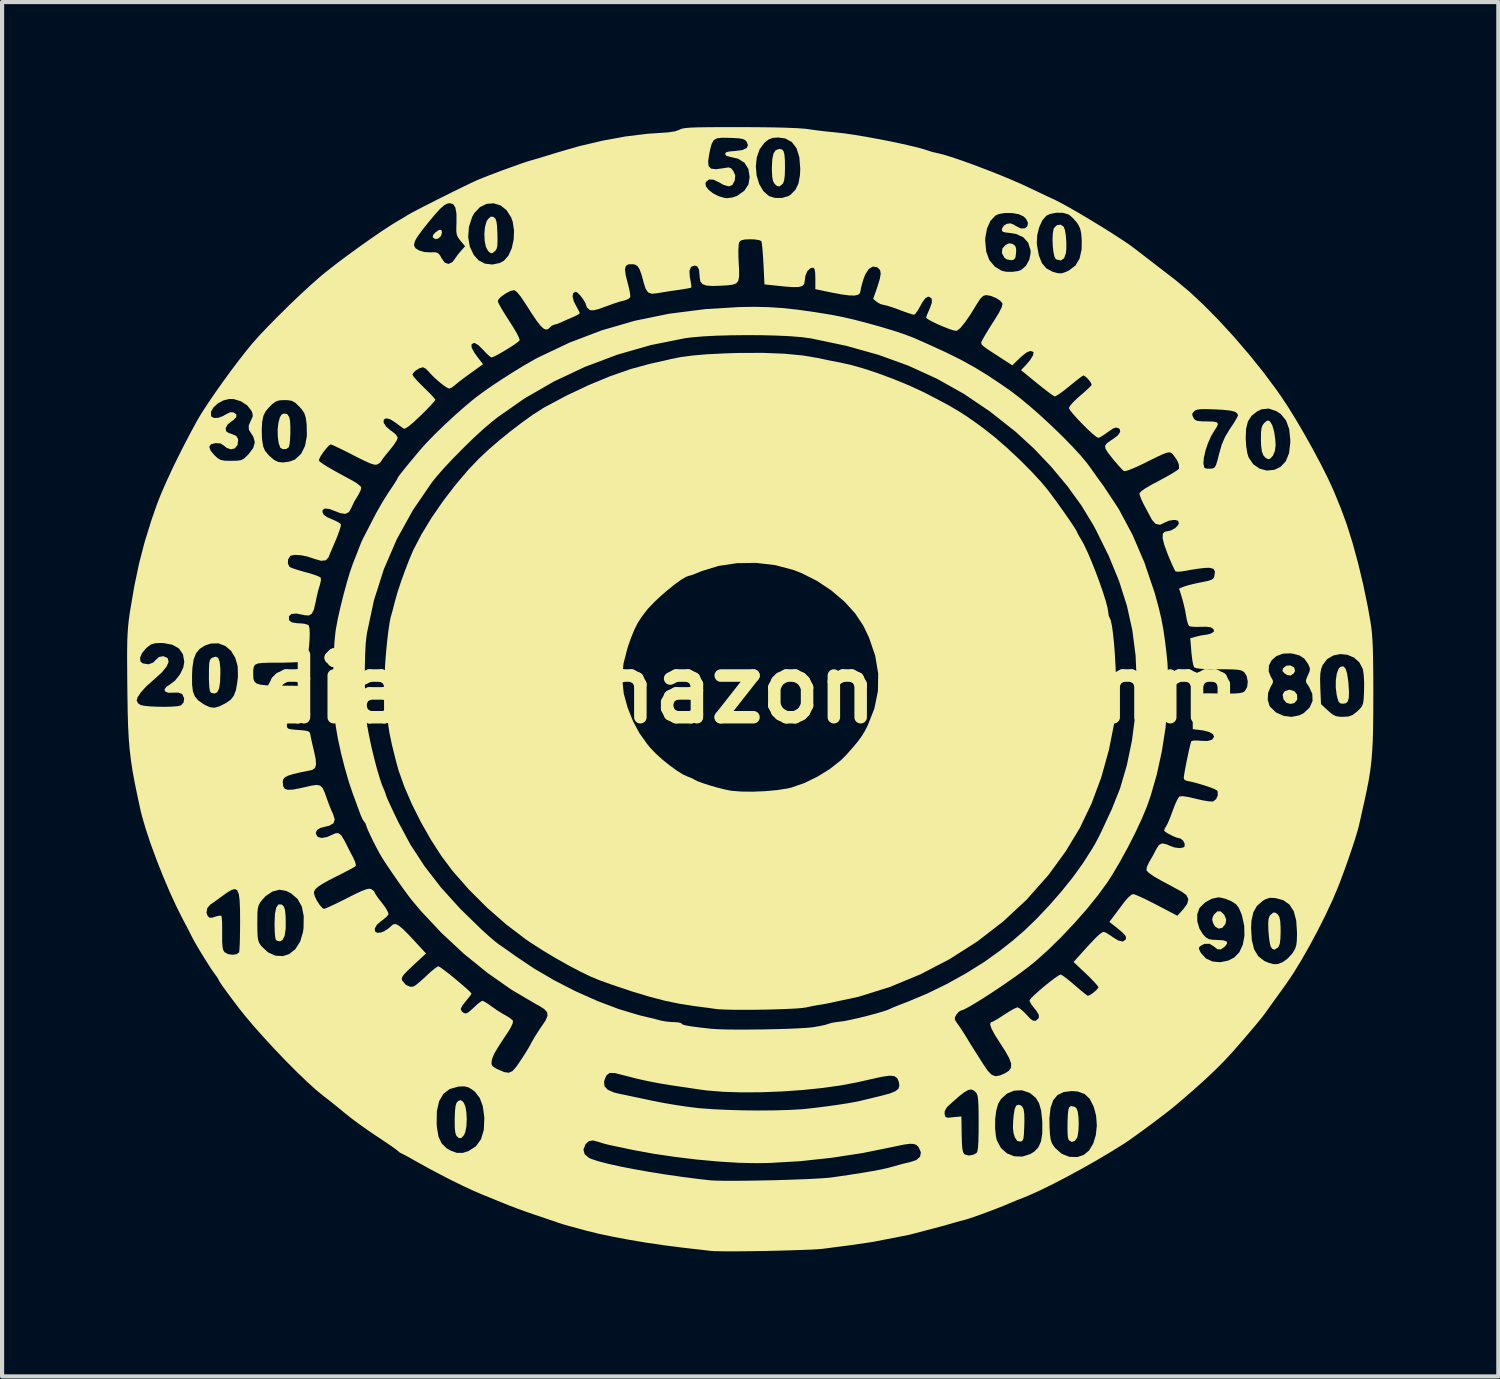
<source format=kicad_pcb>
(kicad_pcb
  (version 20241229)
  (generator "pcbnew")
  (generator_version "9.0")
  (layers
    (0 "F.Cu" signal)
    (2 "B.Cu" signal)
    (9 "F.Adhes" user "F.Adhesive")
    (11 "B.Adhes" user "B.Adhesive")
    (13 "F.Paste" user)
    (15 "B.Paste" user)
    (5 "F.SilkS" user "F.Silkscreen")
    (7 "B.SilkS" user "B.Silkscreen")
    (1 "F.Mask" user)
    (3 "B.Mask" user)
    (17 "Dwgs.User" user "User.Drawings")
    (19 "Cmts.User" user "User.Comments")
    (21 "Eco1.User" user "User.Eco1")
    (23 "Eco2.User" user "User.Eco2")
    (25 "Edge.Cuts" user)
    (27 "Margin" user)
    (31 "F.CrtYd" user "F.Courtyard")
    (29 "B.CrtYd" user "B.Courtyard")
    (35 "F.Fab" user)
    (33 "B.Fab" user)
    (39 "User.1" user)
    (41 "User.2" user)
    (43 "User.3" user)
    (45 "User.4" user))
  (footprint "dial-amazon-30mm"
    (layer "F.Cu")
    (at 14.958 13.481)
    (property "Reference" "dial-amazon-30mm" (at 0 0 0) (layer "F.SilkS") (effects (font (size 1.5 1.5) (thickness 0.3))))
    (attr board_only exclude_from_pos_files exclude_from_bom)
    (fp_poly (pts (xy -7.418 -11.014) (xy -7.403 -10.955) (xy -7.429 -10.866) (xy -7.491 -10.808) (xy -7.563 -10.793) (xy -7.624 -10.836) (xy -7.617 -10.891) (xy -7.563 -10.954) (xy -7.47 -11.016)) (stroke (width 0) (type solid)) (fill yes) (layer "F.SilkS"))
    (fp_poly (pts (xy 13.036 -0.521) (xy 13.048 -0.505) (xy 13.066 -0.428) (xy 13.037 -0.377) (xy 12.961 -0.321) (xy 12.874 -0.335) (xy 12.816 -0.372) (xy 12.764 -0.429) (xy 12.778 -0.491) (xy 12.783 -0.5) (xy 12.858 -0.558) (xy 12.954 -0.565)) (stroke (width 0) (type solid)) (fill yes) (layer "F.SilkS"))
    (fp_poly (pts (xy 13.047 0.052) (xy 13.113 0.133) (xy 13.119 0.242) (xy 13.111 0.266) (xy 13.048 0.339) (xy 12.955 0.36) (xy 12.859 0.331) (xy 12.79 0.253) (xy 12.79 0.253) (xy 12.768 0.138) (xy 12.813 0.056) (xy 12.917 0.02) (xy 12.936 0.02)) (stroke (width 0) (type solid)) (fill yes) (layer "F.SilkS"))
    (fp_poly (pts (xy 11.284 5.338) (xy 11.363 5.416) (xy 11.378 5.441) (xy 11.415 5.537) (xy 11.398 5.628) (xy 11.39 5.647) (xy 11.319 5.733) (xy 11.232 5.751) (xy 11.149 5.702) (xy 11.105 5.632) (xy 11.077 5.535) (xy 11.097 5.456) (xy 11.123 5.413) (xy 11.202 5.336)) (stroke (width 0) (type solid)) (fill yes) (layer "F.SilkS"))
    (fp_poly (pts (xy 6.289 -10.678) (xy 6.3 -10.672) (xy 6.354 -10.627) (xy 6.374 -10.553) (xy 6.372 -10.463) (xy 6.358 -10.356) (xy 6.326 -10.305) (xy 6.262 -10.286) (xy 6.259 -10.286) (xy 6.146 -10.308) (xy 6.092 -10.348) (xy 6.032 -10.46) (xy 6.044 -10.57) (xy 6.121 -10.654) (xy 6.209 -10.694)) (stroke (width 0) (type solid)) (fill yes) (layer "F.SilkS"))
    (fp_poly (pts (xy -12.772 -0.744) (xy -12.737 -0.65) (xy -12.721 -0.487) (xy -12.72 -0.392) (xy -12.727 -0.166) (xy -12.751 -0.011) (xy -12.794 0.079) (xy -12.859 0.11) (xy -12.946 0.092) (xy -12.971 0.052) (xy -12.987 -0.05) (xy -12.995 -0.221) (xy -12.995 -0.317) (xy -12.994 -0.497) (xy -12.988 -0.615) (xy -12.973 -0.686) (xy -12.948 -0.726) (xy -12.914 -0.75) (xy -12.83 -0.775)) (stroke (width 0) (type solid)) (fill yes) (layer "F.SilkS"))
    (fp_poly (pts (xy -11.255 5.172) (xy -11.235 5.183) (xy -11.195 5.225) (xy -11.17 5.304) (xy -11.156 5.438) (xy -11.153 5.505) (xy -11.153 5.751) (xy -11.179 5.924) (xy -11.23 6.025) (xy -11.289 6.057) (xy -11.368 6.039) (xy -11.395 6.004) (xy -11.407 5.936) (xy -11.416 5.813) (xy -11.42 5.658) (xy -11.42 5.616) (xy -11.41 5.393) (xy -11.379 5.245) (xy -11.328 5.172)) (stroke (width 0) (type solid)) (fill yes) (layer "F.SilkS"))
    (fp_poly (pts (xy 7.511 -11.095) (xy 7.542 -11.018) (xy 7.565 -10.887) (xy 7.578 -10.731) (xy 7.579 -10.574) (xy 7.568 -10.455) (xy 7.523 -10.334) (xy 7.448 -10.282) (xy 7.348 -10.302) (xy 7.325 -10.316) (xy 7.293 -10.374) (xy 7.268 -10.488) (xy 7.253 -10.634) (xy 7.247 -10.79) (xy 7.254 -10.932) (xy 7.273 -11.038) (xy 7.283 -11.061) (xy 7.353 -11.129) (xy 7.442 -11.14)) (stroke (width 0) (type solid)) (fill yes) (layer "F.SilkS"))
    (fp_poly (pts (xy 14.275 -0.493) (xy 14.315 -0.373) (xy 14.343 -0.178) (xy 14.348 -0.128) (xy 14.36 0.078) (xy 14.355 0.218) (xy 14.33 0.303) (xy 14.282 0.344) (xy 14.218 0.354) (xy 14.154 0.347) (xy 14.114 0.312) (xy 14.085 0.229) (xy 14.066 0.148) (xy 14.043 -0.029) (xy 14.044 -0.206) (xy 14.067 -0.364) (xy 14.108 -0.48) (xy 14.15 -0.527) (xy 14.22 -0.544)) (stroke (width 0) (type solid)) (fill yes) (layer "F.SilkS"))
    (fp_poly (pts (xy -11.116 -6.595) (xy -11.066 -6.518) (xy -11.049 -6.43) (xy -11.041 -6.295) (xy -11.041 -6.138) (xy -11.048 -5.985) (xy -11.062 -5.862) (xy -11.082 -5.795) (xy -11.142 -5.757) (xy -11.223 -5.754) (xy -11.281 -5.786) (xy -11.321 -5.897) (xy -11.343 -6.055) (xy -11.346 -6.229) (xy -11.327 -6.389) (xy -11.326 -6.391) (xy -11.292 -6.517) (xy -11.253 -6.583) (xy -11.197 -6.608) (xy -11.193 -6.609)) (stroke (width 0) (type solid)) (fill yes) (layer "F.SilkS"))
    (fp_poly (pts (xy 12.439 -6.436) (xy 12.473 -6.407) (xy 12.523 -6.319) (xy 12.564 -6.174) (xy 12.591 -5.996) (xy 12.6 -5.847) (xy 12.582 -5.709) (xy 12.534 -5.594) (xy 12.466 -5.524) (xy 12.424 -5.513) (xy 12.363 -5.543) (xy 12.308 -5.601) (xy 12.271 -5.694) (xy 12.251 -5.846) (xy 12.247 -5.995) (xy 12.25 -6.158) (xy 12.263 -6.264) (xy 12.29 -6.334) (xy 12.33 -6.384) (xy 12.394 -6.438)) (stroke (width 0) (type solid)) (fill yes) (layer "F.SilkS"))
    (fp_poly (pts (xy -6.91 9.894) (xy -6.882 9.926) (xy -6.841 10.02) (xy -6.817 10.165) (xy -6.809 10.334) (xy -6.818 10.5) (xy -6.845 10.637) (xy -6.874 10.703) (xy -6.94 10.776) (xy -6.997 10.778) (xy -7.053 10.727) (xy -7.081 10.657) (xy -7.096 10.53) (xy -7.098 10.334) (xy -7.097 10.303) (xy -7.09 10.123) (xy -7.077 10.006) (xy -7.055 9.934) (xy -7.021 9.894) (xy -7.02 9.892) (xy -6.961 9.865)) (stroke (width 0) (type solid)) (fill yes) (layer "F.SilkS"))
    (fp_poly (pts (xy 0.755 -12.945) (xy 0.792 -12.905) (xy 0.814 -12.822) (xy 0.825 -12.685) (xy 0.827 -12.503) (xy 0.822 -12.32) (xy 0.807 -12.201) (xy 0.779 -12.129) (xy 0.765 -12.112) (xy 0.694 -12.058) (xy 0.634 -12.069) (xy 0.577 -12.122) (xy 0.541 -12.185) (xy 0.521 -12.286) (xy 0.513 -12.443) (xy 0.513 -12.506) (xy 0.523 -12.712) (xy 0.552 -12.849) (xy 0.606 -12.928) (xy 0.686 -12.956) (xy 0.699 -12.956)) (stroke (width 0) (type solid)) (fill yes) (layer "F.SilkS"))
    (fp_poly (pts (xy 6.472 9.986) (xy 6.521 10.02) (xy 6.552 10.086) (xy 6.569 10.197) (xy 6.572 10.364) (xy 6.568 10.514) (xy 6.561 10.678) (xy 6.55 10.778) (xy 6.531 10.832) (xy 6.5 10.855) (xy 6.474 10.861) (xy 6.4 10.845) (xy 6.346 10.764) (xy 6.343 10.758) (xy 6.31 10.651) (xy 6.297 10.524) (xy 6.303 10.356) (xy 6.315 10.223) (xy 6.34 10.075) (xy 6.377 9.996) (xy 6.433 9.976)) (stroke (width 0) (type solid)) (fill yes) (layer "F.SilkS"))
    (fp_poly (pts (xy 7.778 10.026) (xy 7.824 10.065) (xy 7.852 10.145) (xy 7.87 10.278) (xy 7.875 10.436) (xy 7.869 10.594) (xy 7.85 10.724) (xy 7.838 10.768) (xy 7.78 10.847) (xy 7.707 10.869) (xy 7.643 10.831) (xy 7.619 10.78) (xy 7.61 10.701) (xy 7.606 10.567) (xy 7.607 10.405) (xy 7.608 10.357) (xy 7.616 10.193) (xy 7.628 10.091) (xy 7.648 10.036) (xy 7.68 10.013) (xy 7.696 10.008)) (stroke (width 0) (type solid)) (fill yes) (layer "F.SilkS"))
    (fp_poly (pts (xy -6.156 -11.318) (xy -6.12 -11.283) (xy -6.097 -11.219) (xy -6.082 -11.111) (xy -6.074 -10.943) (xy -6.073 -10.921) (xy -6.07 -10.748) (xy -6.075 -10.635) (xy -6.091 -10.564) (xy -6.121 -10.516) (xy -6.139 -10.499) (xy -6.198 -10.454) (xy -6.243 -10.462) (xy -6.298 -10.511) (xy -6.349 -10.607) (xy -6.379 -10.753) (xy -6.386 -10.921) (xy -6.371 -11.085) (xy -6.333 -11.218) (xy -6.303 -11.268) (xy -6.239 -11.33) (xy -6.182 -11.331)) (stroke (width 0) (type solid)) (fill yes) (layer "F.SilkS"))
    (fp_poly (pts (xy 12.605 5.372) (xy 12.658 5.418) (xy 12.691 5.475) (xy 12.711 5.574) (xy 12.719 5.732) (xy 12.72 5.809) (xy 12.715 5.991) (xy 12.7 6.111) (xy 12.672 6.182) (xy 12.658 6.2) (xy 12.58 6.255) (xy 12.521 6.238) (xy 12.484 6.185) (xy 12.463 6.109) (xy 12.443 5.981) (xy 12.429 5.825) (xy 12.427 5.801) (xy 12.422 5.63) (xy 12.43 5.52) (xy 12.454 5.45) (xy 12.473 5.425) (xy 12.543 5.365)) (stroke (width 0) (type solid)) (fill yes) (layer "F.SilkS"))
    (fp_poly (pts (xy 0.809 -8.044) (xy 1.255 -8.002) (xy 1.644 -7.936) (xy 1.674 -7.929) (xy 1.844 -7.892) (xy 2.012 -7.859) (xy 2.127 -7.837) (xy 2.401 -7.777) (xy 2.726 -7.685) (xy 3.08 -7.567) (xy 3.446 -7.43) (xy 3.805 -7.282) (xy 4.137 -7.129) (xy 4.214 -7.09) (xy 4.513 -6.935) (xy 4.76 -6.802) (xy 4.973 -6.678) (xy 5.171 -6.552) (xy 5.372 -6.413) (xy 5.596 -6.249) (xy 5.612 -6.237) (xy 5.879 -6.025) (xy 6.168 -5.773) (xy 6.46 -5.5) (xy 6.735 -5.224) (xy 6.976 -4.963) (xy 7.102 -4.813) (xy 7.194 -4.694) (xy 7.304 -4.546) (xy 7.423 -4.381) (xy 7.542 -4.213) (xy 7.652 -4.054) (xy 7.744 -3.918) (xy 7.808 -3.817) (xy 7.836 -3.764) (xy 7.837 -3.762) (xy 7.856 -3.718) (xy 7.904 -3.633) (xy 7.931 -3.59) (xy 8.005 -3.456) (xy 8.091 -3.273) (xy 8.184 -3.055) (xy 8.279 -2.817) (xy 8.37 -2.573) (xy 8.452 -2.339) (xy 8.518 -2.129) (xy 8.564 -1.959) (xy 8.584 -1.844) (xy 8.585 -1.831) (xy 8.597 -1.75) (xy 8.614 -1.716) (xy 8.644 -1.649) (xy 8.672 -1.515) (xy 8.698 -1.327) (xy 8.722 -1.097) (xy 8.742 -0.838) (xy 8.758 -0.56) (xy 8.769 -0.278) (xy 8.775 -0.002) (xy 8.775 0.254) (xy 8.769 0.479) (xy 8.755 0.66) (xy 8.746 0.723) (xy 8.602 1.453) (xy 8.416 2.123) (xy 8.184 2.746) (xy 7.903 3.333) (xy 7.565 3.893) (xy 7.168 4.439) (xy 7.135 4.48) (xy 6.627 5.054) (xy 6.059 5.582) (xy 5.439 6.06) (xy 4.775 6.484) (xy 4.073 6.849) (xy 3.342 7.151) (xy 2.589 7.387) (xy 1.822 7.551) (xy 1.772 7.559) (xy 1.606 7.587) (xy 1.45 7.616) (xy 1.339 7.641) (xy 1.337 7.641) (xy 1.244 7.655) (xy 1.086 7.668) (xy 0.879 7.678) (xy 0.635 7.687) (xy 0.371 7.694) (xy 0.099 7.698) (xy -0.165 7.699) (xy -0.407 7.698) (xy -0.613 7.693) (xy -0.768 7.685) (xy -0.827 7.679) (xy -1.005 7.654) (xy -1.212 7.627) (xy -1.378 7.605) (xy -1.715 7.552) (xy -2.068 7.478) (xy -2.447 7.378) (xy -2.866 7.251) (xy -3.335 7.093) (xy -3.623 6.99) (xy -3.834 6.902) (xy -4.092 6.778) (xy -4.381 6.625) (xy -4.685 6.454) (xy -4.986 6.273) (xy -5.268 6.092) (xy -5.4 6.002) (xy -5.859 5.653) (xy -6.319 5.25) (xy -6.757 4.813) (xy -7.152 4.363) (xy -7.167 4.344) (xy -7.421 4.002) (xy -7.671 3.614) (xy -7.907 3.198) (xy -8.121 2.772) (xy -8.302 2.355) (xy -8.442 1.964) (xy -8.501 1.752) (xy -8.532 1.628) (xy -8.572 1.467) (xy -8.604 1.339) (xy -8.665 1.046) (xy -8.716 0.705) (xy -8.755 0.347) (xy -8.778 0.001) (xy -8.782 -0.195) (xy -8.78 -0.246) (xy -3.079 -0.246) (xy -3.041 0.114) (xy -2.948 0.45) (xy -2.818 0.777) (xy -2.668 1.057) (xy -2.481 1.32) (xy -2.409 1.408) (xy -2.282 1.542) (xy -2.122 1.688) (xy -1.946 1.83) (xy -1.773 1.956) (xy -1.622 2.051) (xy -1.526 2.095) (xy -1.426 2.134) (xy -1.357 2.169) (xy -1.355 2.171) (xy -1.28 2.21) (xy -1.15 2.259) (xy -0.984 2.313) (xy -0.804 2.365) (xy -0.63 2.409) (xy -0.484 2.439) (xy -0.453 2.444) (xy -0.22 2.462) (xy 0.056 2.465) (xy 0.349 2.453) (xy 0.631 2.428) (xy 0.876 2.39) (xy 0.982 2.366) (xy 1.29 2.259) (xy 1.606 2.105) (xy 1.906 1.919) (xy 2.166 1.714) (xy 2.297 1.584) (xy 2.458 1.402) (xy 2.577 1.259) (xy 2.666 1.137) (xy 2.739 1.018) (xy 2.808 0.885) (xy 2.81 0.882) (xy 2.972 0.47) (xy 3.057 0.053) (xy 3.064 -0.369) (xy 2.992 -0.798) (xy 2.843 -1.235) (xy 2.708 -1.516) (xy 2.513 -1.811) (xy 2.254 -2.096) (xy 1.944 -2.36) (xy 1.598 -2.591) (xy 1.229 -2.778) (xy 1.024 -2.857) (xy 0.587 -2.972) (xy 0.132 -3.025) (xy -0.326 -3.018) (xy -0.77 -2.951) (xy -1.181 -2.825) (xy -1.255 -2.793) (xy -1.365 -2.748) (xy -1.447 -2.721) (xy -1.468 -2.717) (xy -1.546 -2.691) (xy -1.666 -2.619) (xy -1.815 -2.512) (xy -1.98 -2.38) (xy -2.148 -2.235) (xy -2.306 -2.087) (xy -2.441 -1.946) (xy -2.493 -1.885) (xy -2.613 -1.728) (xy -2.708 -1.58) (xy -2.789 -1.419) (xy -2.868 -1.224) (xy -2.949 -0.992) (xy -3.048 -0.609) (xy -3.079 -0.246) (xy -8.78 -0.246) (xy -8.777 -0.395) (xy -8.764 -0.631) (xy -8.744 -0.884) (xy -8.719 -1.138) (xy -8.692 -1.373) (xy -8.663 -1.572) (xy -8.635 -1.717) (xy -8.625 -1.751) (xy -8.596 -1.853) (xy -8.558 -1.997) (xy -8.525 -2.127) (xy -8.467 -2.33) (xy -8.385 -2.578) (xy -8.289 -2.844) (xy -8.189 -3.102) (xy -8.095 -3.323) (xy -8.084 -3.346) (xy -7.895 -3.709) (xy -7.657 -4.101) (xy -7.381 -4.502) (xy -7.081 -4.894) (xy -6.772 -5.258) (xy -6.52 -5.523) (xy -6.298 -5.731) (xy -6.041 -5.954) (xy -5.764 -6.179) (xy -5.486 -6.392) (xy -5.224 -6.579) (xy -4.995 -6.726) (xy -4.942 -6.758) (xy -4.416 -7.039) (xy -3.885 -7.29) (xy -3.365 -7.505) (xy -2.87 -7.677) (xy -2.414 -7.801) (xy -2.343 -7.817) (xy -2.178 -7.853) (xy -2.012 -7.891) (xy -1.93 -7.911) (xy -1.686 -7.961) (xy -1.39 -8.001) (xy -1.033 -8.031) (xy -0.61 -8.052) (xy -0.276 -8.062) (xy 0.301 -8.064)) (stroke (width 0) (type solid)) (fill yes) (layer "F.SilkS"))
    (fp_poly (pts (xy 0.173 -13.479) (xy 0.552 -13.474) (xy 0.871 -13.466) (xy 1.125 -13.455) (xy 1.307 -13.442) (xy 1.378 -13.433) (xy 1.556 -13.408) (xy 1.775 -13.381) (xy 1.995 -13.358) (xy 2.067 -13.351) (xy 2.265 -13.329) (xy 2.509 -13.293) (xy 2.784 -13.247) (xy 3.076 -13.193) (xy 3.368 -13.136) (xy 3.647 -13.077) (xy 3.897 -13.019) (xy 4.103 -12.967) (xy 4.249 -12.922) (xy 4.273 -12.913) (xy 4.366 -12.884) (xy 4.484 -12.857) (xy 4.489 -12.856) (xy 4.634 -12.82) (xy 4.837 -12.758) (xy 5.083 -12.674) (xy 5.36 -12.574) (xy 5.653 -12.463) (xy 5.949 -12.347) (xy 6.232 -12.23) (xy 6.49 -12.118) (xy 6.636 -12.051) (xy 6.834 -11.957) (xy 7.036 -11.861) (xy 7.213 -11.778) (xy 7.319 -11.728) (xy 7.467 -11.652) (xy 7.665 -11.542) (xy 7.898 -11.408) (xy 8.15 -11.258) (xy 8.408 -11.101) (xy 8.656 -10.946) (xy 8.879 -10.802) (xy 9.064 -10.679) (xy 9.194 -10.585) (xy 9.195 -10.584) (xy 9.241 -10.548) (xy 9.335 -10.476) (xy 9.461 -10.378) (xy 9.569 -10.295) (xy 9.753 -10.153) (xy 9.958 -9.996) (xy 10.148 -9.849) (xy 10.211 -9.8) (xy 10.527 -9.537) (xy 10.87 -9.217) (xy 11.23 -8.852) (xy 11.595 -8.455) (xy 11.955 -8.036) (xy 12.3 -7.608) (xy 12.617 -7.183) (xy 12.725 -7.029) (xy 12.907 -6.755) (xy 13.103 -6.436) (xy 13.305 -6.09) (xy 13.504 -5.734) (xy 13.689 -5.385) (xy 13.852 -5.061) (xy 13.983 -4.777) (xy 14.021 -4.686) (xy 14.079 -4.544) (xy 14.132 -4.413) (xy 14.158 -4.351) (xy 14.301 -3.965) (xy 14.442 -3.517) (xy 14.577 -3.024) (xy 14.702 -2.503) (xy 14.812 -1.97) (xy 14.875 -1.615) (xy 14.895 -1.48) (xy 14.911 -1.336) (xy 14.923 -1.171) (xy 14.932 -0.976) (xy 14.938 -0.739) (xy 14.942 -0.45) (xy 14.944 -0.099) (xy 14.944 0.138) (xy 14.943 0.563) (xy 14.939 0.923) (xy 14.931 1.229) (xy 14.917 1.496) (xy 14.897 1.736) (xy 14.87 1.962) (xy 14.834 2.187) (xy 14.788 2.424) (xy 14.732 2.685) (xy 14.725 2.717) (xy 14.683 2.904) (xy 14.641 3.092) (xy 14.606 3.246) (xy 14.602 3.267) (xy 14.564 3.41) (xy 14.503 3.61) (xy 14.425 3.849) (xy 14.335 4.111) (xy 14.24 4.378) (xy 14.144 4.635) (xy 14.101 4.745) (xy 13.964 5.069) (xy 13.797 5.426) (xy 13.609 5.799) (xy 13.41 6.17) (xy 13.21 6.521) (xy 13.019 6.833) (xy 12.849 7.083) (xy 12.725 7.255) (xy 12.594 7.437) (xy 12.479 7.597) (xy 12.449 7.639) (xy 12.381 7.734) (xy 12.325 7.811) (xy 12.271 7.882) (xy 12.209 7.959) (xy 12.131 8.053) (xy 12.027 8.176) (xy 11.888 8.34) (xy 11.762 8.486) (xy 11.559 8.718) (xy 11.358 8.934) (xy 11.147 9.146) (xy 10.914 9.366) (xy 10.648 9.606) (xy 10.335 9.876) (xy 10.18 10.008) (xy 10.056 10.108) (xy 9.888 10.238) (xy 9.691 10.387) (xy 9.484 10.541) (xy 9.283 10.687) (xy 9.107 10.813) (xy 8.974 10.904) (xy 8.959 10.913) (xy 8.649 11.106) (xy 8.311 11.307) (xy 7.958 11.507) (xy 7.605 11.699) (xy 7.266 11.875) (xy 6.955 12.028) (xy 6.688 12.149) (xy 6.557 12.203) (xy 6.411 12.26) (xy 6.276 12.315) (xy 6.202 12.347) (xy 6.081 12.398) (xy 5.918 12.462) (xy 5.732 12.533) (xy 5.543 12.603) (xy 5.369 12.665) (xy 5.228 12.713) (xy 5.141 12.739) (xy 5.138 12.74) (xy 5.05 12.762) (xy 4.909 12.801) (xy 4.74 12.849) (xy 4.647 12.877) (xy 3.805 13.098) (xy 2.935 13.268) (xy 2.363 13.352) (xy 2.166 13.377) (xy 1.942 13.406) (xy 1.752 13.431) (xy 1.637 13.442) (xy 1.458 13.452) (xy 1.229 13.461) (xy 0.963 13.47) (xy 0.672 13.478) (xy 0.37 13.485) (xy 0.07 13.49) (xy -0.215 13.493) (xy -0.472 13.495) (xy -0.689 13.493) (xy -0.853 13.49) (xy -0.945 13.484) (xy -1.035 13.474) (xy -1.184 13.456) (xy -1.373 13.435) (xy -1.583 13.411) (xy -1.634 13.405) (xy -2.044 13.353) (xy -2.469 13.291) (xy -2.888 13.221) (xy -3.285 13.147) (xy -3.642 13.072) (xy -3.939 12.999) (xy -3.958 12.994) (xy -4.122 12.949) (xy -4.271 12.908) (xy -4.377 12.88) (xy -4.391 12.876) (xy -4.52 12.838) (xy -4.627 12.803) (xy -4.712 12.773) (xy -4.851 12.726) (xy -5.023 12.668) (xy -5.178 12.616) (xy -5.387 12.544) (xy -5.601 12.466) (xy -5.79 12.394) (xy -5.887 12.355) (xy -6.073 12.279) (xy -6.283 12.193) (xy -6.453 12.125) (xy -6.647 12.041) (xy -6.891 11.928) (xy -7.166 11.793) (xy -7.453 11.646) (xy -7.734 11.496) (xy -7.991 11.354) (xy -8.027 11.334) (xy -8.17 11.252) (xy -8.287 11.189) (xy -8.361 11.151) (xy -8.378 11.144) (xy -8.421 11.12) (xy -8.463 11.084) (xy -8.518 11.04) (xy -8.625 10.964) (xy -8.77 10.865) (xy -8.938 10.753) (xy -8.979 10.726) (xy -9.18 10.59) (xy -9.39 10.441) (xy -9.406 10.429) (xy -7.531 10.429) (xy -7.524 10.522) (xy -7.486 10.743) (xy -7.411 10.904) (xy -7.291 11.022) (xy -7.203 11.074) (xy -7.046 11.132) (xy -6.903 11.132) (xy -6.767 11.089) (xy -6.712 11.053) (xy -4.009 11.053) (xy -3.98 11.163) (xy -3.878 11.251) (xy -3.825 11.275) (xy -3.658 11.331) (xy -3.423 11.392) (xy -3.133 11.457) (xy -2.799 11.522) (xy -2.432 11.587) (xy -2.043 11.65) (xy -1.645 11.707) (xy -1.249 11.758) (xy -0.965 11.79) (xy -0.838 11.797) (xy -0.646 11.801) (xy -0.402 11.802) (xy -0.119 11.8) (xy 0.19 11.795) (xy 0.512 11.789) (xy 0.833 11.78) (xy 1.14 11.769) (xy 1.42 11.758) (xy 1.66 11.745) (xy 1.846 11.732) (xy 1.949 11.721) (xy 2.345 11.663) (xy 2.672 11.612) (xy 2.938 11.567) (xy 3.151 11.526) (xy 3.322 11.487) (xy 3.426 11.458) (xy 3.582 11.414) (xy 3.729 11.376) (xy 3.82 11.356) (xy 3.978 11.304) (xy 4.069 11.223) (xy 4.088 11.117) (xy 4.034 10.996) (xy 3.986 10.945) (xy 3.919 10.918) (xy 3.821 10.914) (xy 3.678 10.933) (xy 3.475 10.975) (xy 3.428 10.986) (xy 2.697 11.134) (xy 1.944 11.25) (xy 1.193 11.331) (xy 0.47 11.373) (xy 0.138 11.379) (xy -0.291 11.369) (xy -0.773 11.339) (xy -1.285 11.292) (xy -1.805 11.229) (xy -2.31 11.155) (xy -2.778 11.07) (xy -2.894 11.046) (xy -3.067 11.009) (xy -3.231 10.975) (xy -3.355 10.949) (xy -3.367 10.946) (xy -3.501 10.914) (xy -3.622 10.877) (xy -3.635 10.872) (xy -3.78 10.833) (xy -3.884 10.851) (xy -3.961 10.928) (xy -3.961 10.928) (xy -4.009 11.053) (xy -6.712 11.053) (xy -6.59 10.975) (xy -6.467 10.805) (xy -6.399 10.579) (xy -6.387 10.299) (xy -6.389 10.266) (xy -6.398 10.198) (xy 4.655 10.198) (xy 4.679 10.272) (xy 4.743 10.288) (xy 4.765 10.286) (xy 4.888 10.273) (xy 4.962 10.267) (xy 5.06 10.258) (xy 5.067 10.69) (xy 5.072 10.889) (xy 5.082 11.024) (xy 5.099 11.108) (xy 5.124 11.156) (xy 5.138 11.168) (xy 5.235 11.196) (xy 5.352 11.175) (xy 5.425 11.134) (xy 5.444 11.094) (xy 5.459 11.003) (xy 5.468 10.854) (xy 5.473 10.64) (xy 5.473 10.539) (xy 5.869 10.539) (xy 5.888 10.736) (xy 5.912 10.833) (xy 6.009 11.015) (xy 6.153 11.143) (xy 6.328 11.214) (xy 6.52 11.221) (xy 6.713 11.161) (xy 6.808 11.103) (xy 6.906 11.001) (xy 6.969 10.86) (xy 7.001 10.67) (xy 7.002 10.419) (xy 6.999 10.357) (xy 6.993 10.301) (xy 7.172 10.301) (xy 7.175 10.523) (xy 7.186 10.695) (xy 7.202 10.812) (xy 7.231 10.897) (xy 7.278 10.972) (xy 7.311 11.016) (xy 7.466 11.153) (xy 7.648 11.226) (xy 7.84 11.232) (xy 7.995 11.182) (xy 8.124 11.075) (xy 8.223 10.91) (xy 8.286 10.705) (xy 8.31 10.475) (xy 8.292 10.238) (xy 8.235 10.024) (xy 8.141 9.837) (xy 8.018 9.719) (xy 7.856 9.66) (xy 7.712 9.648) (xy 7.517 9.671) (xy 7.368 9.743) (xy 7.263 9.869) (xy 7.199 10.053) (xy 7.172 10.301) (xy 6.993 10.301) (xy 6.974 10.119) (xy 6.925 9.943) (xy 6.846 9.812) (xy 6.728 9.713) (xy 6.686 9.687) (xy 6.508 9.629) (xy 6.324 9.639) (xy 6.153 9.71) (xy 6.012 9.837) (xy 5.942 9.957) (xy 5.896 10.117) (xy 5.871 10.322) (xy 5.869 10.539) (xy 5.473 10.539) (xy 5.474 10.424) (xy 5.473 10.172) (xy 5.469 9.987) (xy 5.461 9.856) (xy 5.449 9.769) (xy 5.431 9.714) (xy 5.409 9.681) (xy 5.353 9.631) (xy 5.295 9.61) (xy 5.225 9.623) (xy 5.133 9.675) (xy 5.009 9.77) (xy 4.846 9.913) (xy 4.714 10.034) (xy 4.661 10.128) (xy 4.655 10.198) (xy -6.398 10.198) (xy -6.424 10.01) (xy -6.496 9.815) (xy -6.607 9.669) (xy -6.679 9.612) (xy -6.776 9.556) (xy -6.871 9.535) (xy -7.002 9.541) (xy -7.017 9.543) (xy -7.218 9.6) (xy -7.369 9.716) (xy -7.472 9.892) (xy -7.526 10.13) (xy -7.531 10.429) (xy -9.406 10.429) (xy -9.582 10.298) (xy -9.727 10.183) (xy -9.89 10.048) (xy -10.064 9.908) (xy -10.219 9.787) (xy -10.258 9.757) (xy -10.436 9.611) (xy -10.645 9.421) (xy -3.514 9.421) (xy -3.504 9.531) (xy -3.426 9.617) (xy -3.278 9.682) (xy -3.156 9.712) (xy -3.037 9.737) (xy -2.861 9.774) (xy -2.65 9.818) (xy -2.424 9.866) (xy -2.343 9.883) (xy -2.078 9.935) (xy -1.782 9.985) (xy -1.491 10.028) (xy -1.239 10.058) (xy -1.221 10.06) (xy -0.916 10.083) (xy -0.564 10.1) (xy -0.184 10.111) (xy 0.203 10.115) (xy 0.578 10.112) (xy 0.919 10.102) (xy 1.209 10.086) (xy 1.28 10.08) (xy 1.532 10.053) (xy 1.803 10.019) (xy 2.071 9.982) (xy 2.317 9.944) (xy 2.521 9.908) (xy 2.638 9.883) (xy 2.738 9.859) (xy 2.889 9.822) (xy 3.064 9.78) (xy 3.144 9.76) (xy 3.342 9.707) (xy 3.473 9.654) (xy 3.547 9.596) (xy 3.572 9.524) (xy 3.56 9.431) (xy 3.521 9.34) (xy 3.452 9.291) (xy 3.34 9.279) (xy 3.173 9.302) (xy 3.102 9.317) (xy 2.912 9.359) (xy 2.707 9.405) (xy 2.56 9.438) (xy 2.165 9.513) (xy 1.721 9.575) (xy 1.243 9.624) (xy 0.749 9.658) (xy 0.255 9.677) (xy -0.22 9.68) (xy -0.661 9.666) (xy -1.049 9.634) (xy -1.201 9.614) (xy -1.358 9.591) (xy -1.563 9.56) (xy -1.784 9.528) (xy -1.93 9.506) (xy -2.161 9.468) (xy -2.413 9.42) (xy -2.646 9.37) (xy -2.757 9.344) (xy -2.934 9.298) (xy -3.096 9.257) (xy -3.218 9.226) (xy -3.257 9.216) (xy -3.379 9.213) (xy -3.462 9.277) (xy -3.512 9.409) (xy -3.514 9.421) (xy -10.645 9.421) (xy -10.651 9.415) (xy -10.894 9.181) (xy -11.154 8.92) (xy -11.419 8.643) (xy -11.679 8.361) (xy -11.923 8.086) (xy -12.139 7.83) (xy -12.277 7.657) (xy -12.424 7.463) (xy -12.552 7.29) (xy -12.656 7.147) (xy -12.727 7.044) (xy -12.758 6.991) (xy -12.759 6.987) (xy -12.781 6.943) (xy -12.837 6.862) (xy -12.869 6.818) (xy -12.933 6.728) (xy -13.02 6.593) (xy -13.12 6.434) (xy -13.221 6.269) (xy -13.31 6.118) (xy -13.376 6) (xy -13.403 5.946) (xy -13.432 5.889) (xy -13.488 5.779) (xy -13.564 5.634) (xy -13.628 5.513) (xy -13.7 5.369) (xy -13.054 5.369) (xy -13.025 5.447) (xy -12.98 5.489) (xy -12.918 5.489) (xy -12.849 5.466) (xy -12.757 5.441) (xy -12.7 5.442) (xy -12.697 5.444) (xy -12.687 5.492) (xy -12.679 5.601) (xy -12.677 5.752) (xy -12.677 5.861) (xy -12.678 6.053) (xy -12.67 6.181) (xy -12.653 6.262) (xy -12.624 6.312) (xy -12.62 6.316) (xy -12.537 6.362) (xy -12.431 6.379) (xy -12.332 6.365) (xy -12.273 6.322) (xy -12.271 6.317) (xy -12.263 6.259) (xy -12.256 6.136) (xy -12.251 5.963) (xy -12.248 5.754) (xy -12.247 5.627) (xy -11.834 5.627) (xy -11.832 5.817) (xy -11.826 5.947) (xy -11.811 6.036) (xy -11.785 6.101) (xy -11.744 6.161) (xy -11.735 6.172) (xy -11.579 6.319) (xy -11.403 6.4) (xy -11.22 6.41) (xy -11.071 6.363) (xy -10.92 6.242) (xy -10.806 6.062) (xy -10.738 5.835) (xy -10.725 5.742) (xy -10.72 5.453) (xy -10.766 5.222) (xy -10.866 5.041) (xy -11.022 4.906) (xy -11.144 4.844) (xy -11.305 4.818) (xy -11.473 4.862) (xy -11.633 4.97) (xy -11.712 5.054) (xy -11.766 5.124) (xy -11.801 5.187) (xy -11.821 5.262) (xy -11.831 5.366) (xy -11.833 5.521) (xy -11.834 5.627) (xy -12.247 5.627) (xy -12.247 5.577) (xy -12.249 5.288) (xy -12.258 5.072) (xy -12.277 4.923) (xy -12.312 4.835) (xy -12.366 4.802) (xy -12.444 4.819) (xy -12.549 4.879) (xy -12.679 4.972) (xy -12.801 5.061) (xy -12.904 5.135) (xy -12.966 5.178) (xy -12.967 5.178) (xy -13.036 5.263) (xy -13.054 5.369) (xy -13.7 5.369) (xy -13.782 5.205) (xy -13.943 4.854) (xy -14.102 4.478) (xy -14.254 4.094) (xy -14.392 3.718) (xy -14.509 3.367) (xy -14.599 3.059) (xy -14.635 2.914) (xy -14.713 2.554) (xy -14.777 2.242) (xy -14.828 1.965) (xy -14.867 1.706) (xy -14.897 1.452) (xy -14.919 1.186) (xy -14.934 0.895) (xy -14.944 0.562) (xy -14.948 0.278) (xy -14.728 0.278) (xy -14.696 0.342) (xy -14.639 0.383) (xy -14.554 0.403) (xy -14.415 0.418) (xy -14.244 0.426) (xy -14.062 0.429) (xy -13.891 0.425) (xy -13.753 0.414) (xy -13.669 0.396) (xy -13.665 0.394) (xy -13.602 0.322) (xy -13.59 0.223) (xy -13.631 0.132) (xy -13.645 0.118) (xy -13.728 0.088) (xy -13.833 0.088) (xy -13.967 0.092) (xy -14.045 0.062) (xy -14.061 0.009) (xy -14.008 -0.057) (xy -13.945 -0.096) (xy -13.806 -0.202) (xy -13.71 -0.324) (xy -13.4 -0.324) (xy -13.399 -0.101) (xy -13.379 0.061) (xy -13.332 0.181) (xy -13.251 0.275) (xy -13.127 0.362) (xy -13.09 0.384) (xy -12.97 0.439) (xy -12.858 0.45) (xy -12.733 0.414) (xy -12.574 0.331) (xy -12.471 0.257) (xy -12.399 0.164) (xy -12.349 0.035) (xy -12.316 -0.145) (xy -12.299 -0.297) (xy -12.3 -0.348) (xy -11.932 -0.348) (xy -11.932 -0.331) (xy -11.927 -0.242) (xy -11.903 -0.177) (xy -11.851 -0.131) (xy -11.76 -0.103) (xy -11.62 -0.087) (xy -11.421 -0.08) (xy -11.205 -0.079) (xy -10.985 -0.077) (xy -10.831 -0.072) (xy -10.734 -0.061) (xy -10.679 -0.044) (xy -10.658 -0.021) (xy -10.639 0.062) (xy -10.624 0.189) (xy -10.613 0.336) (xy -10.607 0.478) (xy -10.609 0.593) (xy -10.62 0.655) (xy -10.621 0.656) (xy -10.675 0.686) (xy -10.781 0.716) (xy -10.889 0.735) (xy -11.02 0.757) (xy -11.091 0.78) (xy -11.12 0.816) (xy -11.125 0.867) (xy -11.12 0.918) (xy -11.094 0.95) (xy -11.029 0.968) (xy -10.909 0.98) (xy -10.849 0.984) (xy -10.704 0.997) (xy -10.62 1.013) (xy -10.579 1.04) (xy -10.562 1.086) (xy -10.56 1.103) (xy -10.544 1.189) (xy -10.514 1.324) (xy -10.477 1.478) (xy -10.475 1.487) (xy -10.434 1.68) (xy -10.425 1.813) (xy -10.45 1.896) (xy -10.511 1.94) (xy -10.549 1.951) (xy -10.794 2) (xy -10.973 2.042) (xy -11.094 2.08) (xy -11.17 2.119) (xy -11.209 2.163) (xy -11.223 2.217) (xy -11.223 2.239) (xy -11.213 2.336) (xy -11.176 2.396) (xy -11.101 2.421) (xy -10.977 2.415) (xy -10.793 2.379) (xy -10.726 2.364) (xy -10.539 2.321) (xy -10.411 2.303) (xy -10.326 2.319) (xy -10.267 2.377) (xy -10.217 2.485) (xy -10.163 2.638) (xy -10.108 2.788) (xy -10.054 2.922) (xy -10.016 3.003) (xy -9.976 3.13) (xy -10.006 3.223) (xy -10.107 3.281) (xy -10.152 3.292) (xy -10.311 3.331) (xy -10.4 3.382) (xy -10.43 3.451) (xy -10.428 3.478) (xy -10.385 3.55) (xy -10.292 3.576) (xy -10.163 3.554) (xy -10.058 3.508) (xy -9.958 3.463) (xy -9.883 3.462) (xy -9.82 3.512) (xy -9.751 3.624) (xy -9.713 3.698) (xy -9.637 3.848) (xy -9.556 4.005) (xy -9.532 4.049) (xy -9.484 4.157) (xy -9.469 4.233) (xy -9.475 4.252) (xy -9.523 4.282) (xy -9.626 4.339) (xy -9.766 4.412) (xy -9.884 4.472) (xy -10.109 4.586) (xy -10.271 4.676) (xy -10.379 4.748) (xy -10.442 4.807) (xy -10.471 4.862) (xy -10.475 4.896) (xy -10.454 4.978) (xy -10.403 5.082) (xy -10.337 5.183) (xy -10.272 5.256) (xy -10.232 5.277) (xy -10.182 5.26) (xy -10.077 5.213) (xy -9.929 5.143) (xy -9.753 5.056) (xy -9.682 5.02) (xy -9.476 4.916) (xy -9.327 4.847) (xy -9.223 4.808) (xy -9.154 4.793) (xy -9.107 4.8) (xy -9.097 4.804) (xy -9.034 4.852) (xy -9.018 4.883) (xy -8.995 4.93) (xy -8.933 5.018) (xy -8.847 5.129) (xy -8.841 5.136) (xy -8.752 5.257) (xy -8.698 5.355) (xy -8.687 5.41) (xy -8.731 5.465) (xy -8.818 5.538) (xy -8.863 5.57) (xy -8.968 5.661) (xy -9.015 5.749) (xy -9.01 5.817) (xy -8.955 5.853) (xy -8.856 5.841) (xy -8.792 5.814) (xy -8.695 5.753) (xy -8.626 5.693) (xy -8.575 5.649) (xy -8.517 5.641) (xy -8.442 5.676) (xy -8.341 5.759) (xy -8.205 5.895) (xy -8.117 5.989) (xy -7.786 6.346) (xy -8.092 6.631) (xy -8.228 6.76) (xy -8.314 6.849) (xy -8.357 6.911) (xy -8.368 6.956) (xy -8.355 6.998) (xy -8.353 7.002) (xy -8.269 7.101) (xy -8.163 7.147) (xy -8.086 7.14) (xy -8.025 7.101) (xy -7.927 7.021) (xy -7.811 6.916) (xy -7.778 6.884) (xy -7.663 6.779) (xy -7.565 6.699) (xy -7.5 6.658) (xy -7.489 6.655) (xy -7.444 6.679) (xy -7.355 6.743) (xy -7.237 6.834) (xy -7.103 6.942) (xy -6.969 7.055) (xy -6.847 7.16) (xy -6.753 7.245) (xy -6.701 7.3) (xy -6.695 7.312) (xy -6.718 7.35) (xy -6.779 7.428) (xy -6.833 7.494) (xy -6.92 7.605) (xy -6.952 7.679) (xy -6.932 7.734) (xy -6.88 7.774) (xy -6.831 7.787) (xy -6.77 7.76) (xy -6.68 7.683) (xy -6.645 7.649) (xy -6.548 7.56) (xy -6.469 7.5) (xy -6.433 7.482) (xy -6.38 7.505) (xy -6.29 7.562) (xy -6.218 7.614) (xy -6.083 7.709) (xy -5.939 7.798) (xy -5.882 7.829) (xy -5.78 7.89) (xy -5.711 7.948) (xy -5.699 7.967) (xy -5.708 8.027) (xy -5.754 8.126) (xy -5.807 8.215) (xy -5.951 8.431) (xy -6.056 8.594) (xy -6.129 8.715) (xy -6.174 8.806) (xy -6.2 8.877) (xy -6.21 8.921) (xy -6.216 8.999) (xy -6.191 9.051) (xy -6.119 9.099) (xy -6.056 9.131) (xy -5.907 9.194) (xy -5.8 9.209) (xy -5.712 9.17) (xy -5.622 9.069) (xy -5.566 8.988) (xy -5.467 8.84) (xy -5.399 8.734) (xy -5.346 8.648) (xy -5.295 8.559) (xy -5.243 8.462) (xy -5.162 8.324) (xy -5.064 8.172) (xy -5.021 8.109) (xy -4.918 7.955) (xy -4.87 7.842) (xy -4.88 7.756) (xy -4.953 7.678) (xy -5.092 7.591) (xy -5.159 7.556) (xy -5.733 7.218) (xy -6.309 6.815) (xy -6.873 6.358) (xy -7.411 5.858) (xy -7.91 5.326) (xy -8.119 5.078) (xy -8.211 4.959) (xy -8.332 4.794) (xy -8.469 4.601) (xy -8.608 4.399) (xy -8.737 4.209) (xy -8.841 4.048) (xy -8.849 4.034) (xy -8.906 3.936) (xy -8.977 3.803) (xy -9.052 3.656) (xy -9.122 3.512) (xy -9.178 3.391) (xy -9.21 3.31) (xy -9.215 3.292) (xy -9.24 3.224) (xy -9.261 3.199) (xy -9.306 3.132) (xy -9.352 3.031) (xy -9.354 3.024) (xy -9.389 2.931) (xy -9.442 2.787) (xy -9.504 2.617) (xy -9.54 2.52) (xy -9.639 2.227) (xy -9.736 1.89) (xy -9.826 1.537) (xy -9.9 1.195) (xy -9.952 0.891) (xy -9.961 0.825) (xy -9.987 0.549) (xy -10.004 0.227) (xy -10.012 -0.122) (xy -10.012 -0.263) (xy -9.254 -0.263) (xy -9.25 0.045) (xy -9.24 0.338) (xy -9.226 0.6) (xy -9.206 0.811) (xy -9.196 0.886) (xy -9.152 1.125) (xy -9.096 1.388) (xy -9.032 1.655) (xy -8.966 1.908) (xy -8.901 2.128) (xy -8.844 2.297) (xy -8.824 2.346) (xy -8.777 2.457) (xy -8.748 2.539) (xy -8.742 2.562) (xy -8.726 2.606) (xy -8.68 2.709) (xy -8.611 2.858) (xy -8.525 3.04) (xy -8.449 3.197) (xy -8.159 3.736) (xy -7.821 4.254) (xy -7.429 4.761) (xy -6.974 5.265) (xy -6.449 5.777) (xy -6.398 5.823) (xy -6.266 5.942) (xy -6.144 6.046) (xy -6.052 6.119) (xy -6.025 6.138) (xy -5.948 6.19) (xy -5.829 6.273) (xy -5.691 6.372) (xy -5.651 6.401) (xy -5.2 6.704) (xy -4.708 6.992) (xy -4.191 7.257) (xy -3.667 7.49) (xy -3.153 7.684) (xy -2.666 7.83) (xy -2.461 7.879) (xy -2.318 7.912) (xy -2.178 7.95) (xy -2.166 7.953) (xy -2.038 7.979) (xy -1.886 7.993) (xy -1.841 7.994) (xy -1.732 8.001) (xy -1.665 8.018) (xy -1.654 8.03) (xy -1.631 8.051) (xy -1.559 8.072) (xy -1.43 8.095) (xy -1.237 8.121) (xy -0.973 8.151) (xy -0.945 8.154) (xy -0.795 8.164) (xy -0.584 8.171) (xy -0.326 8.174) (xy -0.038 8.173) (xy 0.267 8.17) (xy 0.571 8.164) (xy 0.861 8.156) (xy 1.122 8.145) (xy 1.337 8.132) (xy 1.492 8.118) (xy 1.516 8.114) (xy 1.666 8.088) (xy 1.794 8.06) (xy 1.871 8.035) (xy 1.956 8.01) (xy 2.082 7.99) (xy 2.146 7.983) (xy 2.257 7.968) (xy 2.417 7.935) (xy 2.608 7.892) (xy 2.81 7.842) (xy 3.005 7.79) (xy 3.173 7.741) (xy 3.295 7.7) (xy 3.339 7.68) (xy 3.403 7.651) (xy 3.522 7.602) (xy 3.676 7.542) (xy 3.78 7.502) (xy 4.238 7.31) (xy 4.712 7.079) (xy 5.178 6.82) (xy 5.614 6.547) (xy 5.997 6.272) (xy 6.03 6.245) (xy 6.127 6.169) (xy 6.245 6.076) (xy 6.284 6.045) (xy 6.56 5.809) (xy 6.859 5.521) (xy 7.163 5.2) (xy 7.459 4.862) (xy 7.73 4.524) (xy 7.961 4.205) (xy 8.054 4.062) (xy 8.099 3.99) (xy 8.166 3.885) (xy 8.197 3.837) (xy 8.267 3.719) (xy 8.35 3.562) (xy 8.428 3.404) (xy 8.511 3.225) (xy 8.6 3.032) (xy 8.668 2.887) (xy 8.868 2.385) (xy 9.031 1.828) (xy 9.154 1.232) (xy 9.234 0.612) (xy 9.267 -0.016) (xy 9.267 -0.177) (xy 9.24 -0.804) (xy 9.162 -1.406) (xy 9.032 -1.996) (xy 8.844 -2.587) (xy 8.597 -3.19) (xy 8.286 -3.819) (xy 8.219 -3.944) (xy 7.941 -4.4) (xy 7.603 -4.867) (xy 7.219 -5.328) (xy 6.802 -5.767) (xy 6.366 -6.167) (xy 6.353 -6.178) (xy 5.741 -6.661) (xy 5.116 -7.083) (xy 4.469 -7.446) (xy 3.79 -7.756) (xy 3.07 -8.017) (xy 2.3 -8.233) (xy 1.469 -8.408) (xy 1.437 -8.413) (xy 1.224 -8.442) (xy 0.948 -8.464) (xy 0.625 -8.479) (xy 0.27 -8.488) (xy -0.1 -8.49) (xy -0.47 -8.486) (xy -0.824 -8.476) (xy -1.146 -8.459) (xy -1.422 -8.435) (xy -1.575 -8.415) (xy -2.392 -8.251) (xy -3.194 -8.021) (xy -3.973 -7.728) (xy -4.718 -7.377) (xy -5.421 -6.972) (xy -6.07 -6.518) (xy -6.222 -6.397) (xy -6.425 -6.223) (xy -6.655 -6.012) (xy -6.895 -5.778) (xy -7.132 -5.537) (xy -7.35 -5.305) (xy -7.533 -5.096) (xy -7.639 -4.965) (xy -8.098 -4.295) (xy -8.485 -3.597) (xy -8.798 -2.873) (xy -9.037 -2.122) (xy -9.202 -1.347) (xy -9.215 -1.26) (xy -9.234 -1.082) (xy -9.246 -0.845) (xy -9.253 -0.565) (xy -9.254 -0.263) (xy -10.012 -0.263) (xy -10.011 -0.477) (xy -10.002 -0.818) (xy -9.983 -1.126) (xy -9.957 -1.381) (xy -9.948 -1.437) (xy -9.902 -1.686) (xy -9.838 -1.97) (xy -9.764 -2.267) (xy -9.686 -2.555) (xy -9.608 -2.813) (xy -9.536 -3.019) (xy -9.524 -3.05) (xy -9.464 -3.2) (xy -9.406 -3.35) (xy -9.384 -3.406) (xy -9.339 -3.52) (xy -9.299 -3.607) (xy -9.291 -3.623) (xy -9.257 -3.687) (xy -9.2 -3.797) (xy -9.138 -3.918) (xy -8.983 -4.218) (xy -8.84 -4.469) (xy -8.697 -4.698) (xy -8.634 -4.792) (xy -8.553 -4.913) (xy -8.494 -5.007) (xy -8.467 -5.058) (xy -8.467 -5.061) (xy -8.443 -5.101) (xy -8.38 -5.185) (xy -8.29 -5.298) (xy -8.248 -5.349) (xy -8.136 -5.484) (xy -8.033 -5.608) (xy -7.956 -5.7) (xy -7.943 -5.716) (xy -7.784 -5.895) (xy -7.578 -6.107) (xy -7.341 -6.337) (xy -7.089 -6.57) (xy -6.837 -6.792) (xy -6.616 -6.975) (xy -6.437 -7.109) (xy -6.209 -7.269) (xy -5.951 -7.44) (xy -5.682 -7.611) (xy -5.421 -7.77) (xy -5.189 -7.903) (xy -5.1 -7.951) (xy -4.343 -8.31) (xy -3.571 -8.604) (xy -2.775 -8.835) (xy -1.948 -9.004) (xy -1.081 -9.114) (xy -0.275 -9.163) (xy 0.078 -9.169) (xy 0.416 -9.162) (xy 0.759 -9.14) (xy 1.125 -9.101) (xy 1.532 -9.044) (xy 1.949 -8.976) (xy 2.2 -8.927) (xy 2.49 -8.86) (xy 2.802 -8.779) (xy 3.117 -8.691) (xy 3.417 -8.601) (xy 3.683 -8.513) (xy 3.897 -8.433) (xy 3.958 -8.407) (xy 4.06 -8.361) (xy 4.198 -8.3) (xy 4.295 -8.257) (xy 4.697 -8.073) (xy 5.047 -7.899) (xy 5.368 -7.722) (xy 5.685 -7.529) (xy 6.019 -7.306) (xy 6.226 -7.163) (xy 6.442 -6.999) (xy 6.687 -6.797) (xy 6.948 -6.569) (xy 7.212 -6.325) (xy 7.469 -6.077) (xy 7.705 -5.836) (xy 7.91 -5.615) (xy 8.07 -5.424) (xy 8.132 -5.341) (xy 8.241 -5.187) (xy 8.367 -5.011) (xy 8.47 -4.871) (xy 8.835 -4.318) (xy 9.164 -3.703) (xy 9.451 -3.035) (xy 9.691 -2.325) (xy 9.72 -2.225) (xy 9.795 -1.95) (xy 9.855 -1.697) (xy 9.903 -1.444) (xy 9.944 -1.169) (xy 9.982 -0.85) (xy 10.004 -0.63) (xy 10.028 -0.147) (xy 10.011 0.383) (xy 9.957 0.938) (xy 9.869 1.501) (xy 9.749 2.05) (xy 9.601 2.566) (xy 9.507 2.833) (xy 9.385 3.124) (xy 9.23 3.455) (xy 9.053 3.803) (xy 8.866 4.144) (xy 8.683 4.454) (xy 8.568 4.633) (xy 8.343 4.942) (xy 8.073 5.277) (xy 7.771 5.62) (xy 7.455 5.955) (xy 7.138 6.265) (xy 6.837 6.534) (xy 6.675 6.665) (xy 6.482 6.81) (xy 6.268 6.963) (xy 6.042 7.119) (xy 5.816 7.27) (xy 5.601 7.41) (xy 5.406 7.531) (xy 5.242 7.628) (xy 5.119 7.692) (xy 5.049 7.718) (xy 5.046 7.718) (xy 4.995 7.748) (xy 4.94 7.815) (xy 4.903 7.882) (xy 4.905 7.937) (xy 4.951 8.012) (xy 4.973 8.042) (xy 5.051 8.154) (xy 5.14 8.292) (xy 5.183 8.362) (xy 5.258 8.487) (xy 5.327 8.598) (xy 5.356 8.644) (xy 5.405 8.721) (xy 5.481 8.84) (xy 5.571 8.981) (xy 5.592 9.014) (xy 5.698 9.169) (xy 5.788 9.259) (xy 5.877 9.292) (xy 5.982 9.275) (xy 6.104 9.223) (xy 6.2 9.162) (xy 6.251 9.088) (xy 6.255 8.992) (xy 6.21 8.864) (xy 6.115 8.694) (xy 6.008 8.527) (xy 5.869 8.31) (xy 5.782 8.149) (xy 5.749 8.044) (xy 5.768 7.997) (xy 5.786 7.994) (xy 5.833 7.973) (xy 5.928 7.919) (xy 6.051 7.84) (xy 6.086 7.817) (xy 6.217 7.734) (xy 6.328 7.671) (xy 6.399 7.641) (xy 6.408 7.64) (xy 6.463 7.667) (xy 6.548 7.739) (xy 6.623 7.816) (xy 6.717 7.915) (xy 6.781 7.96) (xy 6.832 7.963) (xy 6.856 7.953) (xy 6.918 7.896) (xy 6.918 7.82) (xy 6.853 7.714) (xy 6.813 7.665) (xy 6.741 7.572) (xy 6.699 7.495) (xy 6.695 7.474) (xy 6.724 7.431) (xy 6.801 7.352) (xy 6.912 7.252) (xy 7.041 7.142) (xy 7.174 7.034) (xy 7.295 6.942) (xy 7.39 6.877) (xy 7.443 6.852) (xy 7.443 6.852) (xy 7.489 6.877) (xy 7.579 6.942) (xy 7.697 7.038) (xy 7.779 7.108) (xy 7.906 7.217) (xy 8.01 7.302) (xy 8.078 7.354) (xy 8.096 7.364) (xy 8.152 7.34) (xy 8.231 7.285) (xy 8.305 7.219) (xy 8.346 7.167) (xy 8.349 7.158) (xy 8.321 7.115) (xy 8.248 7.032) (xy 8.142 6.922) (xy 8.05 6.833) (xy 7.752 6.551) (xy 7.998 6.278) (xy 8.164 6.097) (xy 8.287 5.968) (xy 8.375 5.886) (xy 8.436 5.842) (xy 8.478 5.829) (xy 8.479 5.829) (xy 8.536 5.852) (xy 8.627 5.909) (xy 8.68 5.947) (xy 8.823 6.036) (xy 8.929 6.061) (xy 8.996 6.02) (xy 9.006 5.999) (xy 9.011 5.957) (xy 8.987 5.909) (xy 8.924 5.843) (xy 8.813 5.749) (xy 8.725 5.679) (xy 8.611 5.59) (xy 8.726 5.437) (xy 8.819 5.313) (xy 8.927 5.17) (xy 8.976 5.104) (xy 9.062 5.005) (xy 9.14 4.939) (xy 9.181 4.922) (xy 9.24 4.94) (xy 9.353 4.988) (xy 9.506 5.061) (xy 9.685 5.15) (xy 9.746 5.182) (xy 10.241 5.441) (xy 10.273 5.407) (xy 10.719 5.407) (xy 10.721 5.579) (xy 10.773 5.753) (xy 10.853 5.882) (xy 10.926 5.961) (xy 10.996 6.003) (xy 11.092 6.019) (xy 11.191 6.022) (xy 11.345 6.032) (xy 11.426 6.06) (xy 11.437 6.108) (xy 11.382 6.181) (xy 11.382 6.181) (xy 11.286 6.25) (xy 11.201 6.245) (xy 11.125 6.183) (xy 11.016 6.114) (xy 10.891 6.117) (xy 10.811 6.158) (xy 10.766 6.196) (xy 10.76 6.238) (xy 10.794 6.309) (xy 10.815 6.345) (xy 10.929 6.468) (xy 11.086 6.54) (xy 11.269 6.557) (xy 11.459 6.519) (xy 11.607 6.445) (xy 11.729 6.318) (xy 11.812 6.139) (xy 11.852 5.922) (xy 11.848 5.745) (xy 12.011 5.745) (xy 12.029 6.028) (xy 12.084 6.248) (xy 12.181 6.411) (xy 12.324 6.524) (xy 12.424 6.568) (xy 12.555 6.604) (xy 12.658 6.6) (xy 12.772 6.553) (xy 12.786 6.545) (xy 12.888 6.469) (xy 12.989 6.361) (xy 13.012 6.329) (xy 13.063 6.244) (xy 13.093 6.16) (xy 13.108 6.053) (xy 13.113 5.897) (xy 13.113 5.841) (xy 13.094 5.555) (xy 13.035 5.334) (xy 12.932 5.173) (xy 12.784 5.069) (xy 12.592 5.017) (xy 12.458 5.012) (xy 12.347 5.05) (xy 12.287 5.087) (xy 12.151 5.207) (xy 12.065 5.359) (xy 12.02 5.558) (xy 12.011 5.745) (xy 11.848 5.745) (xy 11.846 5.683) (xy 11.794 5.44) (xy 11.774 5.384) (xy 11.716 5.251) (xy 11.65 5.166) (xy 11.551 5.101) (xy 11.524 5.087) (xy 11.392 5.034) (xy 11.263 5.004) (xy 11.224 5.001) (xy 11.067 5.034) (xy 10.91 5.121) (xy 10.784 5.243) (xy 10.77 5.263) (xy 10.719 5.407) (xy 10.273 5.407) (xy 10.38 5.291) (xy 10.479 5.155) (xy 10.505 5.042) (xy 10.457 4.945) (xy 10.357 4.871) (xy 10.262 4.818) (xy 10.12 4.741) (xy 9.956 4.653) (xy 9.865 4.605) (xy 9.683 4.501) (xy 9.56 4.416) (xy 9.503 4.355) (xy 9.5 4.345) (xy 9.513 4.267) (xy 9.56 4.163) (xy 9.577 4.135) (xy 9.655 4.001) (xy 9.728 3.86) (xy 9.733 3.849) (xy 9.8 3.744) (xy 9.88 3.705) (xy 9.991 3.73) (xy 10.056 3.761) (xy 10.172 3.803) (xy 10.291 3.819) (xy 10.383 3.805) (xy 10.415 3.781) (xy 10.418 3.714) (xy 10.378 3.638) (xy 10.317 3.588) (xy 10.295 3.584) (xy 10.225 3.567) (xy 10.127 3.526) (xy 10.027 3.475) (xy 9.95 3.426) (xy 9.924 3.395) (xy 9.944 3.342) (xy 9.977 3.287) (xy 10.016 3.213) (xy 10.068 3.089) (xy 10.124 2.94) (xy 10.133 2.914) (xy 10.188 2.77) (xy 10.242 2.654) (xy 10.285 2.588) (xy 10.291 2.582) (xy 10.367 2.572) (xy 10.513 2.594) (xy 10.686 2.635) (xy 10.847 2.672) (xy 10.987 2.696) (xy 11.083 2.701) (xy 11.103 2.698) (xy 11.172 2.644) (xy 11.212 2.555) (xy 11.21 2.466) (xy 11.19 2.432) (xy 11.133 2.401) (xy 11.023 2.359) (xy 10.88 2.311) (xy 10.729 2.266) (xy 10.591 2.23) (xy 10.49 2.209) (xy 10.465 2.207) (xy 10.407 2.173) (xy 10.396 2.133) (xy 10.404 2.064) (xy 10.425 1.942) (xy 10.454 1.789) (xy 10.488 1.624) (xy 10.521 1.469) (xy 10.551 1.342) (xy 10.573 1.265) (xy 10.578 1.253) (xy 10.625 1.239) (xy 10.724 1.237) (xy 10.802 1.244) (xy 10.964 1.249) (xy 11.065 1.221) (xy 11.077 1.214) (xy 11.123 1.149) (xy 11.098 1.087) (xy 11.01 1.034) (xy 10.866 0.996) (xy 10.828 0.991) (xy 10.613 0.965) (xy 10.608 0.622) (xy 10.611 0.455) (xy 10.623 0.309) (xy 10.632 0.258) (xy 12.41 0.258) (xy 12.453 0.404) (xy 12.468 0.428) (xy 12.608 0.563) (xy 12.786 0.645) (xy 12.981 0.67) (xy 13.172 0.632) (xy 13.274 0.58) (xy 13.417 0.445) (xy 13.486 0.288) (xy 13.48 0.117) (xy 13.397 -0.06) (xy 13.384 -0.078) (xy 13.336 -0.15) (xy 13.327 -0.208) (xy 13.336 -0.232) (xy 13.667 -0.232) (xy 13.672 -0.033) (xy 13.672 -0.03) (xy 13.688 0.363) (xy 13.852 0.516) (xy 13.957 0.606) (xy 14.045 0.652) (xy 14.149 0.668) (xy 14.215 0.669) (xy 14.349 0.661) (xy 14.447 0.625) (xy 14.55 0.545) (xy 14.561 0.535) (xy 14.63 0.469) (xy 14.674 0.412) (xy 14.699 0.343) (xy 14.713 0.241) (xy 14.72 0.087) (xy 14.722 0.036) (xy 14.724 -0.15) (xy 14.715 -0.321) (xy 14.698 -0.451) (xy 14.692 -0.478) (xy 14.608 -0.64) (xy 14.478 -0.754) (xy 14.319 -0.821) (xy 14.148 -0.837) (xy 13.981 -0.802) (xy 13.835 -0.715) (xy 13.727 -0.573) (xy 13.725 -0.567) (xy 13.692 -0.479) (xy 13.673 -0.374) (xy 13.667 -0.232) (xy 13.336 -0.232) (xy 13.355 -0.286) (xy 13.375 -0.33) (xy 13.417 -0.428) (xy 13.423 -0.496) (xy 13.392 -0.573) (xy 13.376 -0.604) (xy 13.289 -0.727) (xy 13.176 -0.803) (xy 13.014 -0.846) (xy 12.956 -0.854) (xy 12.773 -0.847) (xy 12.619 -0.788) (xy 12.504 -0.689) (xy 12.439 -0.562) (xy 12.434 -0.419) (xy 12.483 -0.296) (xy 12.531 -0.212) (xy 12.536 -0.154) (xy 12.499 -0.083) (xy 12.482 -0.057) (xy 12.42 0.093) (xy 12.41 0.258) (xy 10.632 0.258) (xy 10.641 0.208) (xy 10.648 0.19) (xy 10.669 0.154) (xy 10.698 0.13) (xy 10.75 0.114) (xy 10.836 0.107) (xy 10.97 0.105) (xy 11.165 0.107) (xy 11.241 0.109) (xy 11.466 0.111) (xy 11.627 0.109) (xy 11.735 0.1) (xy 11.805 0.085) (xy 11.85 0.061) (xy 11.86 0.053) (xy 11.917 -0.046) (xy 11.932 -0.177) (xy 11.906 -0.308) (xy 11.853 -0.394) (xy 11.815 -0.425) (xy 11.764 -0.447) (xy 11.688 -0.461) (xy 11.571 -0.469) (xy 11.4 -0.472) (xy 11.228 -0.473) (xy 10.982 -0.475) (xy 10.808 -0.483) (xy 10.698 -0.498) (xy 10.646 -0.519) (xy 10.643 -0.522) (xy 10.622 -0.582) (xy 10.6 -0.699) (xy 10.582 -0.85) (xy 10.578 -0.894) (xy 10.552 -1.217) (xy 10.701 -1.258) (xy 10.817 -1.285) (xy 10.91 -1.299) (xy 10.921 -1.299) (xy 11.014 -1.318) (xy 11.071 -1.342) (xy 11.124 -1.383) (xy 11.109 -1.432) (xy 11.1 -1.443) (xy 11.043 -1.479) (xy 10.94 -1.493) (xy 10.812 -1.491) (xy 10.677 -1.489) (xy 10.572 -1.496) (xy 10.528 -1.507) (xy 10.497 -1.56) (xy 10.468 -1.664) (xy 10.454 -1.743) (xy 10.425 -1.903) (xy 10.382 -2.084) (xy 10.355 -2.179) (xy 10.284 -2.409) (xy 10.409 -2.459) (xy 10.512 -2.491) (xy 10.66 -2.527) (xy 10.82 -2.56) (xy 10.972 -2.591) (xy 11.062 -2.62) (xy 11.109 -2.656) (xy 11.13 -2.704) (xy 11.144 -2.817) (xy 11.109 -2.882) (xy 11.016 -2.907) (xy 10.898 -2.904) (xy 10.736 -2.885) (xy 10.552 -2.856) (xy 10.46 -2.838) (xy 10.332 -2.818) (xy 10.235 -2.813) (xy 10.197 -2.823) (xy 10.169 -2.871) (xy 10.12 -2.975) (xy 10.058 -3.119) (xy 10.011 -3.232) (xy 9.929 -3.455) (xy 9.889 -3.618) (xy 9.893 -3.722) (xy 9.94 -3.773) (xy 9.983 -3.78) (xy 10.087 -3.803) (xy 10.189 -3.859) (xy 10.26 -3.93) (xy 10.278 -3.978) (xy 10.261 -4.033) (xy 10.197 -4.054) (xy 10.15 -4.055) (xy 10.035 -4.036) (xy 9.946 -3.996) (xy 9.827 -3.939) (xy 9.723 -3.96) (xy 9.633 -4.058) (xy 9.618 -4.086) (xy 9.552 -4.21) (xy 9.473 -4.358) (xy 9.436 -4.426) (xy 9.379 -4.546) (xy 9.341 -4.646) (xy 9.333 -4.686) (xy 9.364 -4.734) (xy 9.461 -4.805) (xy 9.625 -4.902) (xy 9.806 -4.998) (xy 9.979 -5.091) (xy 10.125 -5.175) (xy 10.23 -5.242) (xy 10.28 -5.284) (xy 10.283 -5.289) (xy 10.277 -5.392) (xy 10.231 -5.495) (xy 10.173 -5.577) (xy 10.133 -5.629) (xy 10.097 -5.664) (xy 10.053 -5.678) (xy 9.99 -5.669) (xy 9.897 -5.634) (xy 9.762 -5.572) (xy 9.573 -5.479) (xy 9.444 -5.414) (xy 9.258 -5.326) (xy 9.106 -5.263) (xy 9.002 -5.229) (xy 8.96 -5.228) (xy 8.913 -5.27) (xy 8.832 -5.358) (xy 8.731 -5.476) (xy 8.688 -5.528) (xy 8.577 -5.668) (xy 8.517 -5.765) (xy 8.508 -5.835) (xy 8.551 -5.895) (xy 8.644 -5.962) (xy 8.688 -5.989) (xy 8.813 -6.083) (xy 8.871 -6.166) (xy 8.859 -6.234) (xy 8.826 -6.259) (xy 8.769 -6.273) (xy 8.698 -6.248) (xy 8.594 -6.178) (xy 8.572 -6.162) (xy 8.466 -6.087) (xy 8.381 -6.037) (xy 8.345 -6.025) (xy 8.294 -6.053) (xy 8.205 -6.125) (xy 8.091 -6.23) (xy 7.968 -6.352) (xy 7.847 -6.478) (xy 7.772 -6.562) (xy 10.602 -6.562) (xy 10.634 -6.495) (xy 10.668 -6.454) (xy 10.729 -6.431) (xy 10.834 -6.421) (xy 10.949 -6.419) (xy 11.106 -6.415) (xy 11.192 -6.396) (xy 11.216 -6.355) (xy 11.186 -6.284) (xy 11.142 -6.218) (xy 11.053 -6.069) (xy 10.976 -5.895) (xy 10.916 -5.715) (xy 10.878 -5.546) (xy 10.867 -5.407) (xy 10.887 -5.315) (xy 10.897 -5.301) (xy 10.953 -5.285) (xy 11.043 -5.285) (xy 11.1 -5.294) (xy 11.14 -5.32) (xy 11.171 -5.376) (xy 11.203 -5.479) (xy 11.244 -5.64) (xy 11.308 -5.865) (xy 11.371 -6.011) (xy 11.882 -6.011) (xy 11.882 -6.005) (xy 11.895 -5.815) (xy 11.922 -5.65) (xy 11.953 -5.553) (xy 12.063 -5.392) (xy 12.215 -5.286) (xy 12.391 -5.24) (xy 12.573 -5.259) (xy 12.715 -5.327) (xy 12.843 -5.461) (xy 12.922 -5.656) (xy 12.952 -5.911) (xy 12.952 -5.966) (xy 12.926 -6.234) (xy 12.85 -6.443) (xy 12.723 -6.597) (xy 12.613 -6.669) (xy 12.433 -6.728) (xy 12.262 -6.71) (xy 12.153 -6.658) (xy 12.02 -6.551) (xy 11.935 -6.418) (xy 11.891 -6.243) (xy 11.882 -6.011) (xy 11.371 -6.011) (xy 11.388 -6.049) (xy 11.499 -6.234) (xy 11.511 -6.251) (xy 11.597 -6.38) (xy 11.661 -6.487) (xy 11.694 -6.553) (xy 11.696 -6.562) (xy 11.679 -6.614) (xy 11.622 -6.652) (xy 11.514 -6.679) (xy 11.346 -6.697) (xy 11.153 -6.708) (xy 10.949 -6.714) (xy 10.809 -6.713) (xy 10.72 -6.702) (xy 10.667 -6.681) (xy 10.651 -6.668) (xy 10.603 -6.612) (xy 10.602 -6.562) (xy 7.772 -6.562) (xy 7.743 -6.594) (xy 7.669 -6.686) (xy 7.64 -6.74) (xy 7.64 -6.741) (xy 7.668 -6.795) (xy 7.745 -6.883) (xy 7.854 -6.988) (xy 7.906 -7.032) (xy 8.026 -7.137) (xy 8.122 -7.225) (xy 8.177 -7.282) (xy 8.185 -7.294) (xy 8.17 -7.343) (xy 8.118 -7.415) (xy 8.052 -7.484) (xy 7.997 -7.52) (xy 7.989 -7.522) (xy 7.948 -7.498) (xy 7.861 -7.434) (xy 7.743 -7.34) (xy 7.651 -7.265) (xy 7.518 -7.158) (xy 7.404 -7.075) (xy 7.324 -7.027) (xy 7.297 -7.019) (xy 7.25 -7.047) (xy 7.156 -7.115) (xy 7.028 -7.213) (xy 6.88 -7.332) (xy 6.871 -7.339) (xy 6.491 -7.649) (xy 6.608 -7.772) (xy 6.712 -7.895) (xy 6.776 -8) (xy 6.793 -8.072) (xy 6.785 -8.087) (xy 6.717 -8.112) (xy 6.621 -8.073) (xy 6.491 -7.968) (xy 6.46 -7.938) (xy 6.281 -7.765) (xy 5.986 -7.957) (xy 5.799 -8.078) (xy 5.669 -8.164) (xy 5.588 -8.224) (xy 5.546 -8.267) (xy 5.535 -8.303) (xy 5.547 -8.341) (xy 5.573 -8.39) (xy 5.578 -8.4) (xy 5.628 -8.488) (xy 5.708 -8.62) (xy 5.804 -8.774) (xy 5.855 -8.853) (xy 5.962 -9.028) (xy 6.028 -9.16) (xy 6.048 -9.241) (xy 6.046 -9.25) (xy 5.993 -9.315) (xy 5.891 -9.381) (xy 5.768 -9.431) (xy 5.654 -9.451) (xy 5.653 -9.451) (xy 5.585 -9.432) (xy 5.517 -9.367) (xy 5.436 -9.244) (xy 5.278 -8.987) (xy 5.143 -8.792) (xy 5.035 -8.661) (xy 4.955 -8.598) (xy 4.939 -8.593) (xy 4.874 -8.603) (xy 4.764 -8.639) (xy 4.629 -8.692) (xy 4.487 -8.753) (xy 4.358 -8.815) (xy 4.261 -8.869) (xy 4.215 -8.906) (xy 4.214 -8.91) (xy 4.229 -8.961) (xy 4.269 -9.055) (xy 4.297 -9.117) (xy 4.351 -9.266) (xy 4.349 -9.364) (xy 4.29 -9.409) (xy 4.261 -9.412) (xy 4.194 -9.375) (xy 4.115 -9.265) (xy 4.078 -9.195) (xy 4.013 -9.081) (xy 3.956 -9.003) (xy 3.923 -8.979) (xy 3.867 -8.992) (xy 3.758 -9.028) (xy 3.617 -9.079) (xy 3.57 -9.097) (xy 3.419 -9.152) (xy 3.29 -9.193) (xy 3.205 -9.214) (xy 3.192 -9.215) (xy 3.109 -9.239) (xy 3.032 -9.286) (xy 2.944 -9.358) (xy 3.047 -9.657) (xy 3.104 -9.84) (xy 3.124 -9.966) (xy 3.109 -10.05) (xy 3.057 -10.106) (xy 3.035 -10.119) (xy 2.934 -10.135) (xy 2.839 -10.077) (xy 2.756 -9.951) (xy 2.714 -9.845) (xy 2.675 -9.714) (xy 2.648 -9.607) (xy 2.641 -9.561) (xy 2.626 -9.498) (xy 2.58 -9.458) (xy 2.496 -9.439) (xy 2.365 -9.443) (xy 2.179 -9.468) (xy 1.929 -9.515) (xy 1.792 -9.543) (xy 1.556 -9.593) (xy 1.556 -9.834) (xy 1.552 -9.987) (xy 1.537 -10.074) (xy 1.506 -10.108) (xy 1.453 -10.101) (xy 1.44 -10.096) (xy 1.368 -10.032) (xy 1.317 -9.916) (xy 1.3 -9.785) (xy 1.287 -9.714) (xy 1.243 -9.668) (xy 1.156 -9.645) (xy 1.016 -9.642) (xy 0.812 -9.657) (xy 0.748 -9.664) (xy 0.335 -9.707) (xy 0.311 -10.204) (xy 0.299 -10.397) (xy 0.286 -10.562) (xy 0.273 -10.683) (xy 0.26 -10.744) (xy 0.259 -10.746) (xy 0.243 -10.753) (xy 5.631 -10.753) (xy 5.656 -10.493) (xy 5.731 -10.289) (xy 5.861 -10.135) (xy 6.025 -10.035) (xy 6.135 -10.01) (xy 6.28 -10.008) (xy 6.42 -10.027) (xy 6.493 -10.052) (xy 6.608 -10.151) (xy 6.689 -10.298) (xy 6.722 -10.464) (xy 6.719 -10.53) (xy 6.664 -10.703) (xy 6.869 -10.703) (xy 6.873 -10.652) (xy 6.919 -10.403) (xy 6.991 -10.22) (xy 7.095 -10.094) (xy 7.238 -10.015) (xy 7.27 -10.004) (xy 7.387 -9.974) (xy 7.476 -9.975) (xy 7.573 -10.009) (xy 7.645 -10.044) (xy 7.797 -10.16) (xy 7.896 -10.326) (xy 7.945 -10.547) (xy 7.948 -10.769) (xy 7.935 -10.934) (xy 7.909 -11.049) (xy 7.863 -11.143) (xy 7.825 -11.197) (xy 7.738 -11.296) (xy 7.653 -11.371) (xy 7.629 -11.386) (xy 7.498 -11.424) (xy 7.337 -11.427) (xy 7.184 -11.396) (xy 7.096 -11.353) (xy 7.002 -11.243) (xy 6.928 -11.081) (xy 6.88 -10.892) (xy 6.869 -10.703) (xy 6.664 -10.703) (xy 6.663 -10.708) (xy 6.544 -10.839) (xy 6.37 -10.918) (xy 6.242 -10.939) (xy 6.117 -10.953) (xy 6.052 -10.972) (xy 6.031 -11.006) (xy 6.033 -11.04) (xy 6.078 -11.117) (xy 6.147 -11.159) (xy 6.236 -11.173) (xy 6.324 -11.138) (xy 6.369 -11.107) (xy 6.488 -11.049) (xy 6.584 -11.053) (xy 6.644 -11.103) (xy 6.657 -11.184) (xy 6.611 -11.28) (xy 6.551 -11.339) (xy 6.436 -11.392) (xy 6.277 -11.419) (xy 6.107 -11.421) (xy 5.955 -11.395) (xy 5.876 -11.358) (xy 5.757 -11.231) (xy 5.674 -11.048) (xy 5.634 -10.828) (xy 5.631 -10.753) (xy 0.243 -10.753) (xy 0.207 -10.77) (xy 0.101 -10.786) (xy -0.000368 -10.79) (xy -0.144 -10.784) (xy -0.229 -10.762) (xy -0.27 -10.724) (xy -0.284 -10.657) (xy -0.291 -10.532) (xy -0.29 -10.371) (xy -0.286 -10.275) (xy -0.274 -10.053) (xy -0.274 -9.896) (xy -0.293 -9.794) (xy -0.34 -9.733) (xy -0.425 -9.701) (xy -0.554 -9.685) (xy -0.698 -9.676) (xy -0.912 -9.669) (xy -1.06 -9.68) (xy -1.153 -9.715) (xy -1.203 -9.778) (xy -1.22 -9.875) (xy -1.221 -9.907) (xy -1.234 -10.056) (xy -1.276 -10.138) (xy -1.342 -10.16) (xy -1.426 -10.128) (xy -1.465 -10.035) (xy -1.457 -9.883) (xy -1.447 -9.834) (xy -1.426 -9.723) (xy -1.418 -9.647) (xy -1.422 -9.631) (xy -1.466 -9.618) (xy -1.569 -9.599) (xy -1.711 -9.577) (xy -1.753 -9.571) (xy -1.929 -9.546) (xy -2.099 -9.519) (xy -2.228 -9.497) (xy -2.237 -9.495) (xy -2.368 -9.482) (xy -2.457 -9.514) (xy -2.517 -9.604) (xy -2.56 -9.738) (xy -2.612 -9.932) (xy -2.658 -10.061) (xy -2.705 -10.139) (xy -2.76 -10.178) (xy -2.82 -10.192) (xy -2.928 -10.189) (xy -2.991 -10.151) (xy -3.012 -10.067) (xy -2.995 -9.928) (xy -2.954 -9.768) (xy -2.915 -9.616) (xy -2.89 -9.489) (xy -2.884 -9.41) (xy -2.886 -9.399) (xy -2.937 -9.354) (xy -3.03 -9.32) (xy -3.04 -9.318) (xy -3.141 -9.292) (xy -3.286 -9.245) (xy -3.447 -9.187) (xy -3.479 -9.175) (xy -3.646 -9.115) (xy -3.758 -9.087) (xy -3.832 -9.087) (xy -3.862 -9.098) (xy -3.923 -9.151) (xy -3.938 -9.187) (xy -3.961 -9.258) (xy -4.017 -9.352) (xy -4.088 -9.445) (xy -4.156 -9.512) (xy -4.193 -9.53) (xy -4.254 -9.5) (xy -4.27 -9.419) (xy -4.24 -9.301) (xy -4.195 -9.211) (xy -4.139 -9.108) (xy -4.103 -9.035) (xy -4.096 -9.016) (xy -4.128 -8.989) (xy -4.211 -8.945) (xy -4.263 -8.922) (xy -4.395 -8.865) (xy -4.517 -8.81) (xy -4.545 -8.797) (xy -4.639 -8.758) (xy -4.707 -8.742) (xy -4.707 -8.742) (xy -4.771 -8.715) (xy -4.804 -8.683) (xy -4.855 -8.636) (xy -4.906 -8.622) (xy -4.966 -8.647) (xy -5.04 -8.717) (xy -5.134 -8.839) (xy -5.255 -9.018) (xy -5.391 -9.231) (xy -5.513 -9.414) (xy -5.606 -9.526) (xy -5.671 -9.569) (xy -5.677 -9.569) (xy -5.763 -9.548) (xy -5.869 -9.493) (xy -5.971 -9.423) (xy -6.044 -9.353) (xy -6.064 -9.309) (xy -6.044 -9.253) (xy -5.987 -9.147) (xy -5.902 -9.006) (xy -5.799 -8.845) (xy -5.791 -8.833) (xy -5.689 -8.672) (xy -5.607 -8.532) (xy -5.555 -8.426) (xy -5.538 -8.369) (xy -5.539 -8.366) (xy -5.58 -8.326) (xy -5.671 -8.26) (xy -5.793 -8.181) (xy -5.928 -8.099) (xy -6.057 -8.026) (xy -6.159 -7.974) (xy -6.217 -7.955) (xy -6.261 -7.982) (xy -6.338 -8.054) (xy -6.414 -8.135) (xy -6.529 -8.249) (xy -6.616 -8.3) (xy -6.643 -8.301) (xy -6.696 -8.265) (xy -6.691 -8.188) (xy -6.625 -8.068) (xy -6.554 -7.969) (xy -6.419 -7.791) (xy -6.713 -7.58) (xy -6.856 -7.476) (xy -6.982 -7.38) (xy -7.073 -7.307) (xy -7.095 -7.288) (xy -7.172 -7.229) (xy -7.229 -7.207) (xy -7.288 -7.232) (xy -7.383 -7.298) (xy -7.496 -7.39) (xy -7.607 -7.491) (xy -7.698 -7.586) (xy -7.718 -7.61) (xy -7.791 -7.683) (xy -7.855 -7.718) (xy -7.861 -7.718) (xy -7.941 -7.696) (xy -8.03 -7.643) (xy -8.096 -7.581) (xy -8.112 -7.543) (xy -8.085 -7.496) (xy -8.013 -7.411) (xy -7.907 -7.301) (xy -7.837 -7.232) (xy -7.718 -7.116) (xy -7.625 -7.019) (xy -7.571 -6.955) (xy -7.561 -6.938) (xy -7.588 -6.899) (xy -7.66 -6.818) (xy -7.768 -6.706) (xy -7.901 -6.573) (xy -7.914 -6.561) (xy -8.088 -6.396) (xy -8.216 -6.291) (xy -8.295 -6.245) (xy -8.317 -6.245) (xy -8.378 -6.286) (xy -8.471 -6.355) (xy -8.512 -6.386) (xy -8.648 -6.473) (xy -8.747 -6.495) (xy -8.801 -6.459) (xy -8.803 -6.387) (xy -8.745 -6.297) (xy -8.638 -6.204) (xy -8.605 -6.183) (xy -8.517 -6.112) (xy -8.469 -6.041) (xy -8.467 -6.025) (xy -8.491 -5.962) (xy -8.556 -5.86) (xy -8.648 -5.742) (xy -8.663 -5.723) (xy -8.757 -5.61) (xy -8.826 -5.52) (xy -8.859 -5.469) (xy -8.86 -5.465) (xy -8.891 -5.427) (xy -8.943 -5.393) (xy -8.985 -5.38) (xy -9.043 -5.386) (xy -9.129 -5.414) (xy -9.253 -5.47) (xy -9.43 -5.557) (xy -9.529 -5.608) (xy -9.712 -5.701) (xy -9.871 -5.779) (xy -9.992 -5.836) (xy -10.063 -5.865) (xy -10.073 -5.868) (xy -10.119 -5.837) (xy -10.187 -5.763) (xy -10.261 -5.666) (xy -10.323 -5.571) (xy -10.355 -5.5) (xy -10.357 -5.488) (xy -10.336 -5.456) (xy -10.268 -5.405) (xy -10.15 -5.33) (xy -9.974 -5.229) (xy -9.737 -5.099) (xy -9.551 -4.999) (xy -9.44 -4.931) (xy -9.363 -4.867) (xy -9.341 -4.834) (xy -9.354 -4.767) (xy -9.403 -4.669) (xy -9.428 -4.628) (xy -9.504 -4.503) (xy -9.565 -4.376) (xy -9.575 -4.351) (xy -9.635 -4.244) (xy -9.722 -4.201) (xy -9.846 -4.219) (xy -9.936 -4.255) (xy -10.102 -4.317) (xy -10.213 -4.33) (xy -10.267 -4.293) (xy -10.271 -4.243) (xy -10.24 -4.179) (xy -10.158 -4.121) (xy -10.053 -4.076) (xy -9.936 -4.024) (xy -9.853 -3.975) (xy -9.828 -3.95) (xy -9.835 -3.895) (xy -9.868 -3.787) (xy -9.921 -3.645) (xy -9.95 -3.576) (xy -10.017 -3.418) (xy -10.076 -3.28) (xy -10.116 -3.182) (xy -10.124 -3.16) (xy -10.189 -3.088) (xy -10.304 -3.075) (xy -10.47 -3.123) (xy -10.48 -3.127) (xy -10.637 -3.179) (xy -10.797 -3.21) (xy -10.936 -3.217) (xy -11.032 -3.199) (xy -11.046 -3.189) (xy -11.095 -3.109) (xy -11.1 -3.009) (xy -11.062 -2.93) (xy -11.056 -2.926) (xy -10.997 -2.899) (xy -10.883 -2.861) (xy -10.734 -2.817) (xy -10.673 -2.801) (xy -10.52 -2.757) (xy -10.397 -2.715) (xy -10.324 -2.68) (xy -10.313 -2.67) (xy -10.308 -2.608) (xy -10.329 -2.507) (xy -10.339 -2.475) (xy -10.376 -2.351) (xy -10.414 -2.19) (xy -10.436 -2.077) (xy -10.476 -1.906) (xy -10.528 -1.804) (xy -10.6 -1.762) (xy -10.703 -1.77) (xy -10.724 -1.776) (xy -10.897 -1.81) (xy -11.016 -1.799) (xy -11.074 -1.743) (xy -11.076 -1.736) (xy -11.073 -1.65) (xy -11.007 -1.598) (xy -10.872 -1.576) (xy -10.826 -1.575) (xy -10.708 -1.565) (xy -10.622 -1.54) (xy -10.602 -1.526) (xy -10.583 -1.46) (xy -10.576 -1.34) (xy -10.58 -1.187) (xy -10.592 -1.023) (xy -10.612 -0.869) (xy -10.637 -0.746) (xy -10.665 -0.675) (xy -10.672 -0.668) (xy -10.731 -0.655) (xy -10.853 -0.644) (xy -11.022 -0.636) (xy -11.223 -0.631) (xy -11.308 -0.631) (xy -11.542 -0.63) (xy -11.709 -0.625) (xy -11.82 -0.611) (xy -11.886 -0.582) (xy -11.919 -0.532) (xy -11.931 -0.455) (xy -11.932 -0.348) (xy -12.3 -0.348) (xy -12.304 -0.538) (xy -12.362 -0.746) (xy -12.464 -0.914) (xy -12.602 -1.032) (xy -12.766 -1.094) (xy -12.949 -1.09) (xy -13.088 -1.043) (xy -13.215 -0.963) (xy -13.304 -0.856) (xy -13.361 -0.709) (xy -13.392 -0.507) (xy -13.4 -0.324) (xy -13.71 -0.324) (xy -13.688 -0.351) (xy -13.609 -0.517) (xy -13.586 -0.649) (xy -13.618 -0.832) (xy -13.714 -0.97) (xy -13.869 -1.06) (xy -14.083 -1.101) (xy -14.152 -1.103) (xy -14.288 -1.096) (xy -14.382 -1.069) (xy -14.469 -1.006) (xy -14.509 -0.97) (xy -14.602 -0.857) (xy -14.647 -0.748) (xy -14.639 -0.661) (xy -14.587 -0.615) (xy -14.444 -0.591) (xy -14.327 -0.636) (xy -14.279 -0.689) (xy -14.193 -0.766) (xy -14.09 -0.786) (xy -13.997 -0.747) (xy -13.982 -0.731) (xy -13.962 -0.649) (xy -14.011 -0.536) (xy -14.126 -0.396) (xy -14.305 -0.234) (xy -14.305 -0.234) (xy -14.493 -0.067) (xy -14.63 0.083) (xy -14.71 0.207) (xy -14.728 0.278) (xy -14.948 0.278) (xy -14.95 0.174) (xy -14.953 -0.059) (xy -14.956 -0.427) (xy -14.958 -0.728) (xy -14.957 -0.973) (xy -14.953 -1.176) (xy -14.945 -1.347) (xy -14.934 -1.498) (xy -14.919 -1.642) (xy -14.899 -1.789) (xy -14.884 -1.89) (xy -14.783 -2.479) (xy -14.67 -3.015) (xy -14.537 -3.527) (xy -14.378 -4.04) (xy -14.238 -4.441) (xy -14.134 -4.705) (xy -13.995 -5.02) (xy -13.83 -5.373) (xy -13.645 -5.746) (xy -13.612 -5.81) (xy -12.987 -5.81) (xy -12.955 -5.718) (xy -12.865 -5.611) (xy -12.785 -5.537) (xy -12.715 -5.496) (xy -12.627 -5.478) (xy -12.492 -5.474) (xy -12.462 -5.474) (xy -12.318 -5.476) (xy -12.224 -5.49) (xy -12.154 -5.527) (xy -12.078 -5.598) (xy -12.044 -5.633) (xy -11.931 -5.783) (xy -11.894 -5.92) (xy -11.93 -6.053) (xy -11.971 -6.115) (xy -12.036 -6.221) (xy -12.036 -6.228) (xy -11.728 -6.228) (xy -11.723 -6.037) (xy -11.716 -5.956) (xy -11.691 -5.812) (xy -11.647 -5.711) (xy -11.566 -5.615) (xy -11.533 -5.582) (xy -11.425 -5.491) (xy -11.332 -5.447) (xy -11.22 -5.435) (xy -11.212 -5.435) (xy -11.068 -5.454) (xy -10.938 -5.501) (xy -10.925 -5.509) (xy -10.784 -5.64) (xy -10.69 -5.829) (xy -10.644 -6.07) (xy -10.65 -6.357) (xy -10.651 -6.361) (xy -10.672 -6.512) (xy -10.706 -6.617) (xy -10.766 -6.707) (xy -10.827 -6.775) (xy -10.922 -6.867) (xy -11.002 -6.913) (xy -11.102 -6.929) (xy -11.178 -6.931) (xy -11.304 -6.925) (xy -11.392 -6.897) (xy -11.479 -6.831) (xy -11.535 -6.777) (xy -11.632 -6.666) (xy -11.686 -6.56) (xy -11.715 -6.419) (xy -11.717 -6.402) (xy -11.728 -6.228) (xy -12.036 -6.228) (xy -12.041 -6.32) (xy -11.988 -6.441) (xy -11.985 -6.447) (xy -11.944 -6.537) (xy -11.949 -6.613) (xy -11.975 -6.676) (xy -12.076 -6.804) (xy -12.226 -6.902) (xy -12.399 -6.955) (xy -12.507 -6.958) (xy -12.654 -6.921) (xy -12.785 -6.848) (xy -12.887 -6.754) (xy -12.945 -6.652) (xy -12.945 -6.556) (xy -12.935 -6.535) (xy -12.872 -6.501) (xy -12.771 -6.506) (xy -12.657 -6.548) (xy -12.604 -6.581) (xy -12.483 -6.64) (xy -12.409 -6.637) (xy -12.338 -6.59) (xy -12.338 -6.524) (xy -12.407 -6.451) (xy -12.444 -6.427) (xy -12.547 -6.345) (xy -12.594 -6.255) (xy -12.582 -6.184) (xy -12.53 -6.147) (xy -12.438 -6.113) (xy -12.432 -6.112) (xy -12.338 -6.071) (xy -12.298 -6) (xy -12.294 -5.971) (xy -12.309 -5.85) (xy -12.374 -5.773) (xy -12.469 -5.749) (xy -12.574 -5.787) (xy -12.623 -5.83) (xy -12.713 -5.89) (xy -12.835 -5.899) (xy -12.947 -5.87) (xy -12.987 -5.81) (xy -13.612 -5.81) (xy -13.447 -6.126) (xy -13.27 -6.453) (xy -13.165 -6.628) (xy -13.02 -6.85) (xy -12.847 -7.104) (xy -12.656 -7.374) (xy -12.457 -7.647) (xy -12.261 -7.906) (xy -12.079 -8.138) (xy -11.974 -8.266) (xy -11.801 -8.462) (xy -11.582 -8.694) (xy -11.331 -8.949) (xy -11.064 -9.212) (xy -10.795 -9.469) (xy -10.537 -9.706) (xy -10.306 -9.909) (xy -10.273 -9.937) (xy -10.088 -10.085) (xy -9.864 -10.258) (xy -9.613 -10.444) (xy -9.35 -10.635) (xy -9.345 -10.638) (xy -8.073 -10.638) (xy -8.037 -10.573) (xy -7.945 -10.518) (xy -7.818 -10.483) (xy -7.689 -10.476) (xy -7.567 -10.479) (xy -7.495 -10.457) (xy -7.445 -10.396) (xy -7.415 -10.337) (xy -7.337 -10.23) (xy -7.247 -10.198) (xy -7.155 -10.241) (xy -7.102 -10.308) (xy -7.025 -10.417) (xy -6.941 -10.519) (xy -6.848 -10.622) (xy -6.958 -10.753) (xy -7.014 -10.826) (xy -7.022 -10.843) (xy -6.774 -10.843) (xy -6.735 -10.613) (xy -6.641 -10.414) (xy -6.525 -10.285) (xy -6.373 -10.205) (xy -6.194 -10.184) (xy -6.017 -10.22) (xy -5.919 -10.273) (xy -5.809 -10.397) (xy -5.729 -10.573) (xy -5.683 -10.782) (xy -5.674 -11.001) (xy -5.706 -11.211) (xy -5.743 -11.315) (xy -5.856 -11.491) (xy -6.001 -11.604) (xy -6.166 -11.653) (xy -6.334 -11.639) (xy -6.492 -11.561) (xy -6.626 -11.42) (xy -6.679 -11.325) (xy -6.757 -11.086) (xy -6.774 -10.843) (xy -7.022 -10.843) (xy -7.046 -10.893) (xy -7.059 -10.98) (xy -7.058 -11.111) (xy -7.055 -11.187) (xy -7.055 -11.402) (xy -7.081 -11.548) (xy -7.133 -11.631) (xy -7.212 -11.656) (xy -7.281 -11.644) (xy -7.357 -11.601) (xy -7.45 -11.518) (xy -7.569 -11.388) (xy -7.723 -11.203) (xy -7.729 -11.196) (xy -7.87 -11.018) (xy -7.967 -10.888) (xy -8.028 -10.793) (xy -8.061 -10.721) (xy -8.072 -10.658) (xy -8.073 -10.638) (xy -9.345 -10.638) (xy -9.09 -10.818) (xy -8.846 -10.985) (xy -8.634 -11.124) (xy -8.467 -11.227) (xy -8.447 -11.238) (xy -8.325 -11.309) (xy -8.211 -11.38) (xy -8.138 -11.421) (xy -8.009 -11.489) (xy -7.836 -11.579) (xy -7.632 -11.682) (xy -7.413 -11.793) (xy -7.19 -11.904) (xy -6.978 -12.009) (xy -6.79 -12.1) (xy -6.703 -12.141) (xy -1.08 -12.141) (xy -1.072 -12.063) (xy -1.005 -11.975) (xy -0.897 -11.891) (xy -0.764 -11.823) (xy -0.625 -11.782) (xy -0.559 -11.776) (xy -0.431 -11.793) (xy -0.323 -11.83) (xy -0.151 -11.951) (xy -0.051 -12.101) (xy -0.02 -12.28) (xy -0.051 -12.477) (xy -0.091 -12.54) (xy 0.128 -12.54) (xy 0.147 -12.321) (xy 0.208 -12.117) (xy 0.308 -11.945) (xy 0.446 -11.825) (xy 0.446 -11.825) (xy 0.589 -11.781) (xy 0.753 -11.781) (xy 0.904 -11.823) (xy 0.96 -11.857) (xy 1.077 -11.976) (xy 1.15 -12.125) (xy 1.186 -12.319) (xy 1.194 -12.482) (xy 1.172 -12.76) (xy 1.105 -12.973) (xy 0.992 -13.123) (xy 0.833 -13.209) (xy 0.664 -13.232) (xy 0.529 -13.222) (xy 0.43 -13.182) (xy 0.333 -13.104) (xy 0.219 -12.95) (xy 0.151 -12.756) (xy 0.128 -12.54) (xy -0.091 -12.54) (xy -0.144 -12.625) (xy -0.297 -12.723) (xy -0.492 -12.767) (xy -0.583 -12.794) (xy -0.61 -12.838) (xy -0.59 -12.874) (xy -0.518 -12.895) (xy -0.382 -12.907) (xy -0.374 -12.908) (xy -0.195 -12.93) (xy -0.091 -12.978) (xy -0.061 -13.05) (xy -0.093 -13.131) (xy -0.13 -13.171) (xy -0.186 -13.196) (xy -0.28 -13.212) (xy -0.429 -13.221) (xy -0.497 -13.223) (xy -0.681 -13.226) (xy -0.803 -13.213) (xy -0.881 -13.17) (xy -0.93 -13.084) (xy -0.969 -12.943) (xy -0.99 -12.84) (xy -1.017 -12.662) (xy -1.006 -12.546) (xy -0.947 -12.485) (xy -0.833 -12.47) (xy -0.656 -12.494) (xy -0.624 -12.5) (xy -0.523 -12.514) (xy -0.461 -12.49) (xy -0.412 -12.427) (xy -0.366 -12.324) (xy -0.376 -12.212) (xy -0.38 -12.197) (xy -0.434 -12.094) (xy -0.522 -12.059) (xy -0.644 -12.093) (xy -0.743 -12.15) (xy -0.884 -12.219) (xy -0.995 -12.225) (xy -1.068 -12.167) (xy -1.08 -12.141) (xy -6.703 -12.141) (xy -6.64 -12.171) (xy -6.541 -12.216) (xy -6.537 -12.218) (xy -6.379 -12.282) (xy -6.183 -12.357) (xy -5.969 -12.438) (xy -5.754 -12.516) (xy -5.556 -12.587) (xy -5.393 -12.643) (xy -5.284 -12.677) (xy -5.277 -12.679) (xy -5.164 -12.711) (xy -5.001 -12.759) (xy -4.814 -12.817) (xy -4.686 -12.857) (xy -4.122 -13.021) (xy -3.554 -13.155) (xy -3.002 -13.256) (xy -2.486 -13.32) (xy -2.208 -13.339) (xy -1.972 -13.355) (xy -1.808 -13.381) (xy -1.708 -13.416) (xy -1.702 -13.42) (xy -1.667 -13.437) (xy -1.615 -13.45) (xy -1.537 -13.461) (xy -1.425 -13.469) (xy -1.272 -13.475) (xy -1.069 -13.478) (xy -0.807 -13.48) (xy -0.48 -13.481) (xy -0.262 -13.481)) (stroke (width 0) (type solid)) (fill yes) (layer "F.SilkS")))
  (gr_rect
    (start -3 -3)
    (end 32.902 29.976)
    (stroke (width 0.1) (type default))
    (fill no)
    (layer "Edge.Cuts")))
</source>
